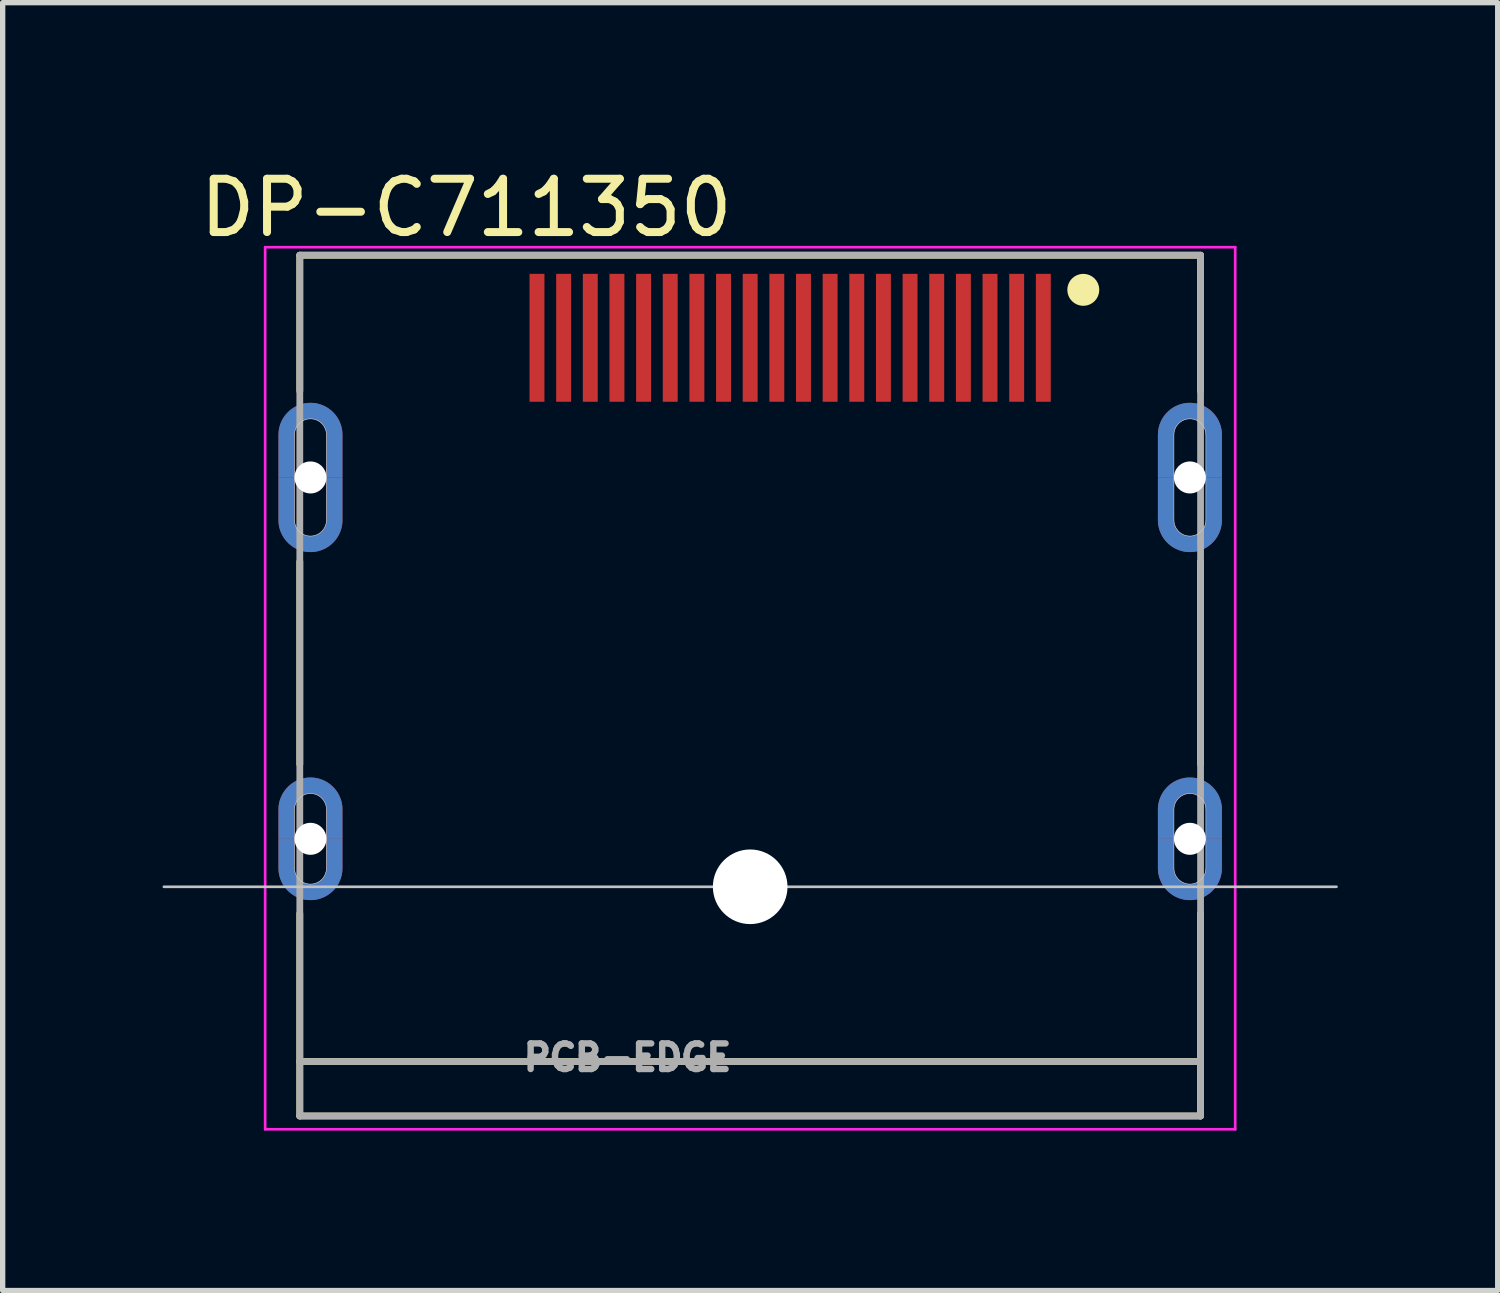
<source format=kicad_pcb>
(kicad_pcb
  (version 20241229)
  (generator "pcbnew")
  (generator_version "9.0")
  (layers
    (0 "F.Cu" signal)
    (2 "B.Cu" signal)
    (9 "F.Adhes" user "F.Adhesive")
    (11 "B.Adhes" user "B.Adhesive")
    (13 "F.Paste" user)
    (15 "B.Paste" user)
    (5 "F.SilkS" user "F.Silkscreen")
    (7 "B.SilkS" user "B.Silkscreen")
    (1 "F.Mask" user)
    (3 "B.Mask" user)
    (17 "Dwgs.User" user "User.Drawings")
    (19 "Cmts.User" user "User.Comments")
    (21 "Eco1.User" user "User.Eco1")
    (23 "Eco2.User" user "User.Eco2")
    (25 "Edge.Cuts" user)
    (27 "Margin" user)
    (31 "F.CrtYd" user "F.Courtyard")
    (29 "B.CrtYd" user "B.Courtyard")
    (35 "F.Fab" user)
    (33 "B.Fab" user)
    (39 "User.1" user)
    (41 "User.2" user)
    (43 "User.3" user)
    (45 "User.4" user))
  (footprint "DP-C711350"
    (layer "F.Cu")
    (at 11.025 13.588)
    (property "Reference" "DP-C711350" (at -5.327 -12.739 0) (layer "F.SilkS") (effects (font (size 1 1) (thickness 0.15))))
    (attr through_hole)
    (fp_poly (pts (xy -7.95 -7.68) (xy -7.65 -7.68) (xy -7.65 -6.88) (xy -7.651 -6.849) (xy -7.653 -6.817) (xy -7.657 -6.786) (xy -7.663 -6.755) (xy -7.67 -6.725) (xy -7.679 -6.695) (xy -7.69 -6.665) (xy -7.702 -6.636) (xy -7.715 -6.608) (xy -7.73 -6.58) (xy -7.747 -6.553) (xy -7.765 -6.527) (xy -7.784 -6.502) (xy -7.804 -6.479) (xy -7.826 -6.456) (xy -7.849 -6.434) (xy -7.872 -6.414) (xy -7.897 -6.395) (xy -7.923 -6.377) (xy -7.95 -6.36) (xy -7.978 -6.345) (xy -8.006 -6.332) (xy -8.035 -6.32) (xy -8.065 -6.309) (xy -8.095 -6.3) (xy -8.125 -6.293) (xy -8.156 -6.287) (xy -8.187 -6.283) (xy -8.219 -6.281) (xy -8.25 -6.28) (xy -8.281 -6.281) (xy -8.313 -6.283) (xy -8.344 -6.287) (xy -8.375 -6.293) (xy -8.405 -6.3) (xy -8.435 -6.309) (xy -8.465 -6.32) (xy -8.494 -6.332) (xy -8.522 -6.345) (xy -8.55 -6.36) (xy -8.577 -6.377) (xy -8.603 -6.395) (xy -8.628 -6.414) (xy -8.651 -6.434) (xy -8.674 -6.456) (xy -8.696 -6.479) (xy -8.716 -6.502) (xy -8.735 -6.527) (xy -8.753 -6.553) (xy -8.77 -6.58) (xy -8.785 -6.608) (xy -8.798 -6.636) (xy -8.81 -6.665) (xy -8.821 -6.695) (xy -8.83 -6.725) (xy -8.837 -6.755) (xy -8.843 -6.786) (xy -8.847 -6.817) (xy -8.849 -6.849) (xy -8.85 -6.88) (xy -8.85 -7.68) (xy -8.55 -7.68) (xy -8.55 -6.88) (xy -8.55 -6.864) (xy -8.548 -6.849) (xy -8.546 -6.833) (xy -8.543 -6.818) (xy -8.54 -6.802) (xy -8.535 -6.787) (xy -8.53 -6.772) (xy -8.524 -6.758) (xy -8.517 -6.744) (xy -8.51 -6.73) (xy -8.502 -6.717) (xy -8.493 -6.704) (xy -8.483 -6.691) (xy -8.473 -6.679) (xy -8.462 -6.668) (xy -8.451 -6.657) (xy -8.439 -6.647) (xy -8.426 -6.637) (xy -8.413 -6.628) (xy -8.4 -6.62) (xy -8.386 -6.613) (xy -8.372 -6.606) (xy -8.358 -6.6) (xy -8.343 -6.595) (xy -8.328 -6.59) (xy -8.312 -6.587) (xy -8.297 -6.584) (xy -8.281 -6.582) (xy -8.266 -6.58) (xy -8.25 -6.58) (xy -8.234 -6.58) (xy -8.219 -6.582) (xy -8.203 -6.584) (xy -8.188 -6.587) (xy -8.172 -6.59) (xy -8.157 -6.595) (xy -8.142 -6.6) (xy -8.128 -6.606) (xy -8.114 -6.613) (xy -8.1 -6.62) (xy -8.087 -6.628) (xy -8.074 -6.637) (xy -8.061 -6.647) (xy -8.049 -6.657) (xy -8.038 -6.668) (xy -8.027 -6.679) (xy -8.017 -6.691) (xy -8.007 -6.704) (xy -7.998 -6.717) (xy -7.99 -6.73) (xy -7.983 -6.744) (xy -7.976 -6.758) (xy -7.97 -6.772) (xy -7.965 -6.787) (xy -7.96 -6.802) (xy -7.957 -6.818) (xy -7.954 -6.833) (xy -7.952 -6.849) (xy -7.95 -6.864) (xy -7.95 -6.88) (xy -7.95 -7.68)) (stroke (width 0.0001) (type solid)) (fill yes) (layer "F.Cu"))
    (fp_poly (pts (xy -7.95 -0.9) (xy -7.65 -0.9) (xy -7.65 -0.35) (xy -7.651 -0.319) (xy -7.653 -0.287) (xy -7.657 -0.256) (xy -7.663 -0.225) (xy -7.67 -0.195) (xy -7.679 -0.165) (xy -7.69 -0.135) (xy -7.702 -0.106) (xy -7.715 -0.078) (xy -7.73 -0.05) (xy -7.747 -0.023) (xy -7.765 0.003) (xy -7.784 0.028) (xy -7.804 0.051) (xy -7.826 0.074) (xy -7.849 0.096) (xy -7.872 0.116) (xy -7.897 0.135) (xy -7.923 0.153) (xy -7.95 0.17) (xy -7.978 0.185) (xy -8.006 0.198) (xy -8.035 0.21) (xy -8.065 0.221) (xy -8.095 0.23) (xy -8.125 0.237) (xy -8.156 0.243) (xy -8.187 0.247) (xy -8.219 0.249) (xy -8.25 0.25) (xy -8.281 0.249) (xy -8.313 0.247) (xy -8.344 0.243) (xy -8.375 0.237) (xy -8.405 0.23) (xy -8.435 0.221) (xy -8.465 0.21) (xy -8.494 0.198) (xy -8.522 0.185) (xy -8.55 0.17) (xy -8.577 0.153) (xy -8.603 0.135) (xy -8.628 0.116) (xy -8.651 0.096) (xy -8.674 0.074) (xy -8.696 0.051) (xy -8.716 0.028) (xy -8.735 0.003) (xy -8.753 -0.023) (xy -8.77 -0.05) (xy -8.785 -0.078) (xy -8.798 -0.106) (xy -8.81 -0.135) (xy -8.821 -0.165) (xy -8.83 -0.195) (xy -8.837 -0.225) (xy -8.843 -0.256) (xy -8.847 -0.287) (xy -8.849 -0.319) (xy -8.85 -0.35) (xy -8.85 -0.9) (xy -8.55 -0.9) (xy -8.55 -0.35) (xy -8.55 -0.334) (xy -8.548 -0.319) (xy -8.546 -0.303) (xy -8.543 -0.288) (xy -8.54 -0.272) (xy -8.535 -0.257) (xy -8.53 -0.242) (xy -8.524 -0.228) (xy -8.517 -0.214) (xy -8.51 -0.2) (xy -8.502 -0.187) (xy -8.493 -0.174) (xy -8.483 -0.161) (xy -8.473 -0.149) (xy -8.462 -0.138) (xy -8.451 -0.127) (xy -8.439 -0.117) (xy -8.426 -0.107) (xy -8.413 -0.098) (xy -8.4 -0.09) (xy -8.386 -0.083) (xy -8.372 -0.076) (xy -8.358 -0.07) (xy -8.343 -0.065) (xy -8.328 -0.06) (xy -8.312 -0.057) (xy -8.297 -0.054) (xy -8.281 -0.052) (xy -8.266 -0.05) (xy -8.25 -0.05) (xy -8.234 -0.05) (xy -8.219 -0.052) (xy -8.203 -0.054) (xy -8.188 -0.057) (xy -8.172 -0.06) (xy -8.157 -0.065) (xy -8.142 -0.07) (xy -8.128 -0.076) (xy -8.114 -0.083) (xy -8.1 -0.09) (xy -8.087 -0.098) (xy -8.074 -0.107) (xy -8.061 -0.117) (xy -8.049 -0.127) (xy -8.038 -0.138) (xy -8.027 -0.149) (xy -8.017 -0.161) (xy -8.007 -0.174) (xy -7.998 -0.187) (xy -7.99 -0.2) (xy -7.983 -0.214) (xy -7.976 -0.228) (xy -7.97 -0.242) (xy -7.965 -0.257) (xy -7.96 -0.272) (xy -7.957 -0.288) (xy -7.954 -0.303) (xy -7.952 -0.319) (xy -7.95 -0.334) (xy -7.95 -0.35) (xy -7.95 -0.9)) (stroke (width 0.0001) (type solid)) (fill yes) (layer "F.Cu"))
    (fp_poly (pts (xy 8.55 -7.68) (xy 8.85 -7.68) (xy 8.85 -6.88) (xy 8.849 -6.849) (xy 8.847 -6.817) (xy 8.843 -6.786) (xy 8.837 -6.755) (xy 8.83 -6.725) (xy 8.821 -6.695) (xy 8.81 -6.665) (xy 8.798 -6.636) (xy 8.785 -6.608) (xy 8.77 -6.58) (xy 8.753 -6.553) (xy 8.735 -6.527) (xy 8.716 -6.502) (xy 8.696 -6.479) (xy 8.674 -6.456) (xy 8.651 -6.434) (xy 8.628 -6.414) (xy 8.603 -6.395) (xy 8.577 -6.377) (xy 8.55 -6.36) (xy 8.522 -6.345) (xy 8.494 -6.332) (xy 8.465 -6.32) (xy 8.435 -6.309) (xy 8.405 -6.3) (xy 8.375 -6.293) (xy 8.344 -6.287) (xy 8.313 -6.283) (xy 8.281 -6.281) (xy 8.25 -6.28) (xy 8.219 -6.281) (xy 8.187 -6.283) (xy 8.156 -6.287) (xy 8.125 -6.293) (xy 8.095 -6.3) (xy 8.065 -6.309) (xy 8.035 -6.32) (xy 8.006 -6.332) (xy 7.978 -6.345) (xy 7.95 -6.36) (xy 7.923 -6.377) (xy 7.897 -6.395) (xy 7.872 -6.414) (xy 7.849 -6.434) (xy 7.826 -6.456) (xy 7.804 -6.479) (xy 7.784 -6.502) (xy 7.765 -6.527) (xy 7.747 -6.553) (xy 7.73 -6.58) (xy 7.715 -6.608) (xy 7.702 -6.636) (xy 7.69 -6.665) (xy 7.679 -6.695) (xy 7.67 -6.725) (xy 7.663 -6.755) (xy 7.657 -6.786) (xy 7.653 -6.817) (xy 7.651 -6.849) (xy 7.65 -6.88) (xy 7.65 -7.68) (xy 7.95 -7.68) (xy 7.95 -6.88) (xy 7.95 -6.864) (xy 7.952 -6.849) (xy 7.954 -6.833) (xy 7.957 -6.818) (xy 7.96 -6.802) (xy 7.965 -6.787) (xy 7.97 -6.772) (xy 7.976 -6.758) (xy 7.983 -6.744) (xy 7.99 -6.73) (xy 7.998 -6.717) (xy 8.007 -6.704) (xy 8.017 -6.691) (xy 8.027 -6.679) (xy 8.038 -6.668) (xy 8.049 -6.657) (xy 8.061 -6.647) (xy 8.074 -6.637) (xy 8.087 -6.628) (xy 8.1 -6.62) (xy 8.114 -6.613) (xy 8.128 -6.606) (xy 8.142 -6.6) (xy 8.157 -6.595) (xy 8.172 -6.59) (xy 8.188 -6.587) (xy 8.203 -6.584) (xy 8.219 -6.582) (xy 8.234 -6.58) (xy 8.25 -6.58) (xy 8.266 -6.58) (xy 8.281 -6.582) (xy 8.297 -6.584) (xy 8.312 -6.587) (xy 8.328 -6.59) (xy 8.343 -6.595) (xy 8.358 -6.6) (xy 8.372 -6.606) (xy 8.386 -6.613) (xy 8.4 -6.62) (xy 8.413 -6.628) (xy 8.426 -6.637) (xy 8.439 -6.647) (xy 8.451 -6.657) (xy 8.462 -6.668) (xy 8.473 -6.679) (xy 8.483 -6.691) (xy 8.493 -6.704) (xy 8.502 -6.717) (xy 8.51 -6.73) (xy 8.517 -6.744) (xy 8.524 -6.758) (xy 8.53 -6.772) (xy 8.535 -6.787) (xy 8.54 -6.802) (xy 8.543 -6.818) (xy 8.546 -6.833) (xy 8.548 -6.849) (xy 8.55 -6.864) (xy 8.55 -6.88) (xy 8.55 -7.68)) (stroke (width 0.0001) (type solid)) (fill yes) (layer "F.Cu"))
    (fp_poly (pts (xy 8.55 -0.9) (xy 8.85 -0.9) (xy 8.85 -0.35) (xy 8.849 -0.319) (xy 8.847 -0.287) (xy 8.843 -0.256) (xy 8.837 -0.225) (xy 8.83 -0.195) (xy 8.821 -0.165) (xy 8.81 -0.135) (xy 8.798 -0.106) (xy 8.785 -0.078) (xy 8.77 -0.05) (xy 8.753 -0.023) (xy 8.735 0.003) (xy 8.716 0.028) (xy 8.696 0.051) (xy 8.674 0.074) (xy 8.651 0.096) (xy 8.628 0.116) (xy 8.603 0.135) (xy 8.577 0.153) (xy 8.55 0.17) (xy 8.522 0.185) (xy 8.494 0.198) (xy 8.465 0.21) (xy 8.435 0.221) (xy 8.405 0.23) (xy 8.375 0.237) (xy 8.344 0.243) (xy 8.313 0.247) (xy 8.281 0.249) (xy 8.25 0.25) (xy 8.219 0.249) (xy 8.187 0.247) (xy 8.156 0.243) (xy 8.125 0.237) (xy 8.095 0.23) (xy 8.065 0.221) (xy 8.035 0.21) (xy 8.006 0.198) (xy 7.978 0.185) (xy 7.95 0.17) (xy 7.923 0.153) (xy 7.897 0.135) (xy 7.872 0.116) (xy 7.849 0.096) (xy 7.826 0.074) (xy 7.804 0.051) (xy 7.784 0.028) (xy 7.765 0.003) (xy 7.747 -0.023) (xy 7.73 -0.05) (xy 7.715 -0.078) (xy 7.702 -0.106) (xy 7.69 -0.135) (xy 7.679 -0.165) (xy 7.67 -0.195) (xy 7.663 -0.225) (xy 7.657 -0.256) (xy 7.653 -0.287) (xy 7.651 -0.319) (xy 7.65 -0.35) (xy 7.65 -0.9) (xy 7.95 -0.9) (xy 7.95 -0.35) (xy 7.95 -0.334) (xy 7.952 -0.319) (xy 7.954 -0.303) (xy 7.957 -0.288) (xy 7.96 -0.272) (xy 7.965 -0.257) (xy 7.97 -0.242) (xy 7.976 -0.228) (xy 7.983 -0.214) (xy 7.99 -0.2) (xy 7.998 -0.187) (xy 8.007 -0.174) (xy 8.017 -0.161) (xy 8.027 -0.149) (xy 8.038 -0.138) (xy 8.049 -0.127) (xy 8.061 -0.117) (xy 8.074 -0.107) (xy 8.087 -0.098) (xy 8.1 -0.09) (xy 8.114 -0.083) (xy 8.128 -0.076) (xy 8.142 -0.07) (xy 8.157 -0.065) (xy 8.172 -0.06) (xy 8.188 -0.057) (xy 8.203 -0.054) (xy 8.219 -0.052) (xy 8.234 -0.05) (xy 8.25 -0.05) (xy 8.266 -0.05) (xy 8.281 -0.052) (xy 8.297 -0.054) (xy 8.312 -0.057) (xy 8.328 -0.06) (xy 8.343 -0.065) (xy 8.358 -0.07) (xy 8.372 -0.076) (xy 8.386 -0.083) (xy 8.4 -0.09) (xy 8.413 -0.098) (xy 8.426 -0.107) (xy 8.439 -0.117) (xy 8.451 -0.127) (xy 8.462 -0.138) (xy 8.473 -0.149) (xy 8.483 -0.161) (xy 8.493 -0.174) (xy 8.502 -0.187) (xy 8.51 -0.2) (xy 8.517 -0.214) (xy 8.524 -0.228) (xy 8.53 -0.242) (xy 8.535 -0.257) (xy 8.54 -0.272) (xy 8.543 -0.288) (xy 8.546 -0.303) (xy 8.548 -0.319) (xy 8.55 -0.334) (xy 8.55 -0.35) (xy 8.55 -0.9)) (stroke (width 0.0001) (type solid)) (fill yes) (layer "F.Cu"))
    (fp_poly (pts (xy -8.55 -7.68) (xy -8.85 -7.68) (xy -8.85 -8.48) (xy -8.849 -8.511) (xy -8.847 -8.543) (xy -8.843 -8.574) (xy -8.837 -8.605) (xy -8.83 -8.635) (xy -8.821 -8.665) (xy -8.81 -8.695) (xy -8.798 -8.724) (xy -8.785 -8.752) (xy -8.77 -8.78) (xy -8.753 -8.807) (xy -8.735 -8.833) (xy -8.716 -8.858) (xy -8.696 -8.881) (xy -8.674 -8.904) (xy -8.651 -8.926) (xy -8.628 -8.946) (xy -8.603 -8.965) (xy -8.577 -8.983) (xy -8.55 -9) (xy -8.522 -9.015) (xy -8.494 -9.028) (xy -8.465 -9.04) (xy -8.435 -9.051) (xy -8.405 -9.06) (xy -8.375 -9.067) (xy -8.344 -9.073) (xy -8.313 -9.077) (xy -8.281 -9.079) (xy -8.25 -9.08) (xy -8.219 -9.079) (xy -8.187 -9.077) (xy -8.156 -9.073) (xy -8.125 -9.067) (xy -8.095 -9.06) (xy -8.065 -9.051) (xy -8.035 -9.04) (xy -8.006 -9.028) (xy -7.978 -9.015) (xy -7.95 -9) (xy -7.923 -8.983) (xy -7.897 -8.965) (xy -7.872 -8.946) (xy -7.849 -8.926) (xy -7.826 -8.904) (xy -7.804 -8.881) (xy -7.784 -8.858) (xy -7.765 -8.833) (xy -7.747 -8.807) (xy -7.73 -8.78) (xy -7.715 -8.752) (xy -7.702 -8.724) (xy -7.69 -8.695) (xy -7.679 -8.665) (xy -7.67 -8.635) (xy -7.663 -8.605) (xy -7.657 -8.574) (xy -7.653 -8.543) (xy -7.651 -8.511) (xy -7.65 -8.48) (xy -7.65 -7.68) (xy -7.95 -7.68) (xy -7.95 -8.48) (xy -7.95 -8.496) (xy -7.952 -8.511) (xy -7.954 -8.527) (xy -7.957 -8.542) (xy -7.96 -8.558) (xy -7.965 -8.573) (xy -7.97 -8.588) (xy -7.976 -8.602) (xy -7.983 -8.616) (xy -7.99 -8.63) (xy -7.998 -8.643) (xy -8.007 -8.656) (xy -8.017 -8.669) (xy -8.027 -8.681) (xy -8.038 -8.692) (xy -8.049 -8.703) (xy -8.061 -8.713) (xy -8.074 -8.723) (xy -8.087 -8.732) (xy -8.1 -8.74) (xy -8.114 -8.747) (xy -8.128 -8.754) (xy -8.142 -8.76) (xy -8.157 -8.765) (xy -8.172 -8.77) (xy -8.188 -8.773) (xy -8.203 -8.776) (xy -8.219 -8.778) (xy -8.234 -8.78) (xy -8.25 -8.78) (xy -8.266 -8.78) (xy -8.281 -8.778) (xy -8.297 -8.776) (xy -8.312 -8.773) (xy -8.328 -8.77) (xy -8.343 -8.765) (xy -8.358 -8.76) (xy -8.372 -8.754) (xy -8.386 -8.747) (xy -8.4 -8.74) (xy -8.413 -8.732) (xy -8.426 -8.723) (xy -8.439 -8.713) (xy -8.451 -8.703) (xy -8.462 -8.692) (xy -8.473 -8.681) (xy -8.483 -8.669) (xy -8.493 -8.656) (xy -8.502 -8.643) (xy -8.51 -8.63) (xy -8.517 -8.616) (xy -8.524 -8.602) (xy -8.53 -8.588) (xy -8.535 -8.573) (xy -8.54 -8.558) (xy -8.543 -8.542) (xy -8.546 -8.527) (xy -8.548 -8.511) (xy -8.55 -8.496) (xy -8.55 -8.48) (xy -8.55 -7.68)) (stroke (width 0.0001) (type solid)) (fill yes) (layer "B.Cu"))
    (fp_poly (pts (xy -8.55 -0.9) (xy -8.85 -0.9) (xy -8.85 -1.45) (xy -8.849 -1.481) (xy -8.847 -1.513) (xy -8.843 -1.544) (xy -8.837 -1.575) (xy -8.83 -1.605) (xy -8.821 -1.635) (xy -8.81 -1.665) (xy -8.798 -1.694) (xy -8.785 -1.722) (xy -8.77 -1.75) (xy -8.753 -1.777) (xy -8.735 -1.803) (xy -8.716 -1.828) (xy -8.696 -1.851) (xy -8.674 -1.874) (xy -8.651 -1.896) (xy -8.628 -1.916) (xy -8.603 -1.935) (xy -8.577 -1.953) (xy -8.55 -1.97) (xy -8.522 -1.985) (xy -8.494 -1.998) (xy -8.465 -2.01) (xy -8.435 -2.021) (xy -8.405 -2.03) (xy -8.375 -2.037) (xy -8.344 -2.043) (xy -8.313 -2.047) (xy -8.281 -2.049) (xy -8.25 -2.05) (xy -8.219 -2.049) (xy -8.187 -2.047) (xy -8.156 -2.043) (xy -8.125 -2.037) (xy -8.095 -2.03) (xy -8.065 -2.021) (xy -8.035 -2.01) (xy -8.006 -1.998) (xy -7.978 -1.985) (xy -7.95 -1.97) (xy -7.923 -1.953) (xy -7.897 -1.935) (xy -7.872 -1.916) (xy -7.849 -1.896) (xy -7.826 -1.874) (xy -7.804 -1.851) (xy -7.784 -1.828) (xy -7.765 -1.803) (xy -7.747 -1.777) (xy -7.73 -1.75) (xy -7.715 -1.722) (xy -7.702 -1.694) (xy -7.69 -1.665) (xy -7.679 -1.635) (xy -7.67 -1.605) (xy -7.663 -1.575) (xy -7.657 -1.544) (xy -7.653 -1.513) (xy -7.651 -1.481) (xy -7.65 -1.45) (xy -7.65 -0.9) (xy -7.95 -0.9) (xy -7.95 -1.45) (xy -7.95 -1.466) (xy -7.952 -1.481) (xy -7.954 -1.497) (xy -7.957 -1.512) (xy -7.96 -1.528) (xy -7.965 -1.543) (xy -7.97 -1.558) (xy -7.976 -1.572) (xy -7.983 -1.586) (xy -7.99 -1.6) (xy -7.998 -1.613) (xy -8.007 -1.626) (xy -8.017 -1.639) (xy -8.027 -1.651) (xy -8.038 -1.662) (xy -8.049 -1.673) (xy -8.061 -1.683) (xy -8.074 -1.693) (xy -8.087 -1.702) (xy -8.1 -1.71) (xy -8.114 -1.717) (xy -8.128 -1.724) (xy -8.142 -1.73) (xy -8.157 -1.735) (xy -8.172 -1.74) (xy -8.188 -1.743) (xy -8.203 -1.746) (xy -8.219 -1.748) (xy -8.234 -1.75) (xy -8.25 -1.75) (xy -8.266 -1.75) (xy -8.281 -1.748) (xy -8.297 -1.746) (xy -8.312 -1.743) (xy -8.328 -1.74) (xy -8.343 -1.735) (xy -8.358 -1.73) (xy -8.372 -1.724) (xy -8.386 -1.717) (xy -8.4 -1.71) (xy -8.413 -1.702) (xy -8.426 -1.693) (xy -8.439 -1.683) (xy -8.451 -1.673) (xy -8.462 -1.662) (xy -8.473 -1.651) (xy -8.483 -1.639) (xy -8.493 -1.626) (xy -8.502 -1.613) (xy -8.51 -1.6) (xy -8.517 -1.586) (xy -8.524 -1.572) (xy -8.53 -1.558) (xy -8.535 -1.543) (xy -8.54 -1.528) (xy -8.543 -1.512) (xy -8.546 -1.497) (xy -8.548 -1.481) (xy -8.55 -1.466) (xy -8.55 -1.45) (xy -8.55 -0.9)) (stroke (width 0.0001) (type solid)) (fill yes) (layer "B.Cu"))
    (fp_poly (pts (xy -7.95 -7.68) (xy -7.65 -7.68) (xy -7.65 -6.88) (xy -7.651 -6.849) (xy -7.653 -6.817) (xy -7.657 -6.786) (xy -7.663 -6.755) (xy -7.67 -6.725) (xy -7.679 -6.695) (xy -7.69 -6.665) (xy -7.702 -6.636) (xy -7.715 -6.608) (xy -7.73 -6.58) (xy -7.747 -6.553) (xy -7.765 -6.527) (xy -7.784 -6.502) (xy -7.804 -6.479) (xy -7.826 -6.456) (xy -7.849 -6.434) (xy -7.872 -6.414) (xy -7.897 -6.395) (xy -7.923 -6.377) (xy -7.95 -6.36) (xy -7.978 -6.345) (xy -8.006 -6.332) (xy -8.035 -6.32) (xy -8.065 -6.309) (xy -8.095 -6.3) (xy -8.125 -6.293) (xy -8.156 -6.287) (xy -8.187 -6.283) (xy -8.219 -6.281) (xy -8.25 -6.28) (xy -8.281 -6.281) (xy -8.313 -6.283) (xy -8.344 -6.287) (xy -8.375 -6.293) (xy -8.405 -6.3) (xy -8.435 -6.309) (xy -8.465 -6.32) (xy -8.494 -6.332) (xy -8.522 -6.345) (xy -8.55 -6.36) (xy -8.577 -6.377) (xy -8.603 -6.395) (xy -8.628 -6.414) (xy -8.651 -6.434) (xy -8.674 -6.456) (xy -8.696 -6.479) (xy -8.716 -6.502) (xy -8.735 -6.527) (xy -8.753 -6.553) (xy -8.77 -6.58) (xy -8.785 -6.608) (xy -8.798 -6.636) (xy -8.81 -6.665) (xy -8.821 -6.695) (xy -8.83 -6.725) (xy -8.837 -6.755) (xy -8.843 -6.786) (xy -8.847 -6.817) (xy -8.849 -6.849) (xy -8.85 -6.88) (xy -8.85 -7.68) (xy -8.55 -7.68) (xy -8.55 -6.88) (xy -8.55 -6.864) (xy -8.548 -6.849) (xy -8.546 -6.833) (xy -8.543 -6.818) (xy -8.54 -6.802) (xy -8.535 -6.787) (xy -8.53 -6.772) (xy -8.524 -6.758) (xy -8.517 -6.744) (xy -8.51 -6.73) (xy -8.502 -6.717) (xy -8.493 -6.704) (xy -8.483 -6.691) (xy -8.473 -6.679) (xy -8.462 -6.668) (xy -8.451 -6.657) (xy -8.439 -6.647) (xy -8.426 -6.637) (xy -8.413 -6.628) (xy -8.4 -6.62) (xy -8.386 -6.613) (xy -8.372 -6.606) (xy -8.358 -6.6) (xy -8.343 -6.595) (xy -8.328 -6.59) (xy -8.312 -6.587) (xy -8.297 -6.584) (xy -8.281 -6.582) (xy -8.266 -6.58) (xy -8.25 -6.58) (xy -8.234 -6.58) (xy -8.219 -6.582) (xy -8.203 -6.584) (xy -8.188 -6.587) (xy -8.172 -6.59) (xy -8.157 -6.595) (xy -8.142 -6.6) (xy -8.128 -6.606) (xy -8.114 -6.613) (xy -8.1 -6.62) (xy -8.087 -6.628) (xy -8.074 -6.637) (xy -8.061 -6.647) (xy -8.049 -6.657) (xy -8.038 -6.668) (xy -8.027 -6.679) (xy -8.017 -6.691) (xy -8.007 -6.704) (xy -7.998 -6.717) (xy -7.99 -6.73) (xy -7.983 -6.744) (xy -7.976 -6.758) (xy -7.97 -6.772) (xy -7.965 -6.787) (xy -7.96 -6.802) (xy -7.957 -6.818) (xy -7.954 -6.833) (xy -7.952 -6.849) (xy -7.95 -6.864) (xy -7.95 -6.88) (xy -7.95 -7.68)) (stroke (width 0.0001) (type solid)) (fill yes) (layer "B.Cu"))
    (fp_poly (pts (xy -7.95 -0.9) (xy -7.65 -0.9) (xy -7.65 -0.35) (xy -7.651 -0.319) (xy -7.653 -0.287) (xy -7.657 -0.256) (xy -7.663 -0.225) (xy -7.67 -0.195) (xy -7.679 -0.165) (xy -7.69 -0.135) (xy -7.702 -0.106) (xy -7.715 -0.078) (xy -7.73 -0.05) (xy -7.747 -0.023) (xy -7.765 0.003) (xy -7.784 0.028) (xy -7.804 0.051) (xy -7.826 0.074) (xy -7.849 0.096) (xy -7.872 0.116) (xy -7.897 0.135) (xy -7.923 0.153) (xy -7.95 0.17) (xy -7.978 0.185) (xy -8.006 0.198) (xy -8.035 0.21) (xy -8.065 0.221) (xy -8.095 0.23) (xy -8.125 0.237) (xy -8.156 0.243) (xy -8.187 0.247) (xy -8.219 0.249) (xy -8.25 0.25) (xy -8.281 0.249) (xy -8.313 0.247) (xy -8.344 0.243) (xy -8.375 0.237) (xy -8.405 0.23) (xy -8.435 0.221) (xy -8.465 0.21) (xy -8.494 0.198) (xy -8.522 0.185) (xy -8.55 0.17) (xy -8.577 0.153) (xy -8.603 0.135) (xy -8.628 0.116) (xy -8.651 0.096) (xy -8.674 0.074) (xy -8.696 0.051) (xy -8.716 0.028) (xy -8.735 0.003) (xy -8.753 -0.023) (xy -8.77 -0.05) (xy -8.785 -0.078) (xy -8.798 -0.106) (xy -8.81 -0.135) (xy -8.821 -0.165) (xy -8.83 -0.195) (xy -8.837 -0.225) (xy -8.843 -0.256) (xy -8.847 -0.287) (xy -8.849 -0.319) (xy -8.85 -0.35) (xy -8.85 -0.9) (xy -8.55 -0.9) (xy -8.55 -0.35) (xy -8.55 -0.334) (xy -8.548 -0.319) (xy -8.546 -0.303) (xy -8.543 -0.288) (xy -8.54 -0.272) (xy -8.535 -0.257) (xy -8.53 -0.242) (xy -8.524 -0.228) (xy -8.517 -0.214) (xy -8.51 -0.2) (xy -8.502 -0.187) (xy -8.493 -0.174) (xy -8.483 -0.161) (xy -8.473 -0.149) (xy -8.462 -0.138) (xy -8.451 -0.127) (xy -8.439 -0.117) (xy -8.426 -0.107) (xy -8.413 -0.098) (xy -8.4 -0.09) (xy -8.386 -0.083) (xy -8.372 -0.076) (xy -8.358 -0.07) (xy -8.343 -0.065) (xy -8.328 -0.06) (xy -8.312 -0.057) (xy -8.297 -0.054) (xy -8.281 -0.052) (xy -8.266 -0.05) (xy -8.25 -0.05) (xy -8.234 -0.05) (xy -8.219 -0.052) (xy -8.203 -0.054) (xy -8.188 -0.057) (xy -8.172 -0.06) (xy -8.157 -0.065) (xy -8.142 -0.07) (xy -8.128 -0.076) (xy -8.114 -0.083) (xy -8.1 -0.09) (xy -8.087 -0.098) (xy -8.074 -0.107) (xy -8.061 -0.117) (xy -8.049 -0.127) (xy -8.038 -0.138) (xy -8.027 -0.149) (xy -8.017 -0.161) (xy -8.007 -0.174) (xy -7.998 -0.187) (xy -7.99 -0.2) (xy -7.983 -0.214) (xy -7.976 -0.228) (xy -7.97 -0.242) (xy -7.965 -0.257) (xy -7.96 -0.272) (xy -7.957 -0.288) (xy -7.954 -0.303) (xy -7.952 -0.319) (xy -7.95 -0.334) (xy -7.95 -0.35) (xy -7.95 -0.9)) (stroke (width 0.0001) (type solid)) (fill yes) (layer "B.Cu"))
    (fp_poly (pts (xy 7.95 -7.68) (xy 7.65 -7.68) (xy 7.65 -8.48) (xy 7.651 -8.511) (xy 7.653 -8.543) (xy 7.657 -8.574) (xy 7.663 -8.605) (xy 7.67 -8.635) (xy 7.679 -8.665) (xy 7.69 -8.695) (xy 7.702 -8.724) (xy 7.715 -8.752) (xy 7.73 -8.78) (xy 7.747 -8.807) (xy 7.765 -8.833) (xy 7.784 -8.858) (xy 7.804 -8.881) (xy 7.826 -8.904) (xy 7.849 -8.926) (xy 7.872 -8.946) (xy 7.897 -8.965) (xy 7.923 -8.983) (xy 7.95 -9) (xy 7.978 -9.015) (xy 8.006 -9.028) (xy 8.035 -9.04) (xy 8.065 -9.051) (xy 8.095 -9.06) (xy 8.125 -9.067) (xy 8.156 -9.073) (xy 8.187 -9.077) (xy 8.219 -9.079) (xy 8.25 -9.08) (xy 8.281 -9.079) (xy 8.313 -9.077) (xy 8.344 -9.073) (xy 8.375 -9.067) (xy 8.405 -9.06) (xy 8.435 -9.051) (xy 8.465 -9.04) (xy 8.494 -9.028) (xy 8.522 -9.015) (xy 8.55 -9) (xy 8.577 -8.983) (xy 8.603 -8.965) (xy 8.628 -8.946) (xy 8.651 -8.926) (xy 8.674 -8.904) (xy 8.696 -8.881) (xy 8.716 -8.858) (xy 8.735 -8.833) (xy 8.753 -8.807) (xy 8.77 -8.78) (xy 8.785 -8.752) (xy 8.798 -8.724) (xy 8.81 -8.695) (xy 8.821 -8.665) (xy 8.83 -8.635) (xy 8.837 -8.605) (xy 8.843 -8.574) (xy 8.847 -8.543) (xy 8.849 -8.511) (xy 8.85 -8.48) (xy 8.85 -7.68) (xy 8.55 -7.68) (xy 8.55 -8.48) (xy 8.55 -8.496) (xy 8.548 -8.511) (xy 8.546 -8.527) (xy 8.543 -8.542) (xy 8.54 -8.558) (xy 8.535 -8.573) (xy 8.53 -8.588) (xy 8.524 -8.602) (xy 8.517 -8.616) (xy 8.51 -8.63) (xy 8.502 -8.643) (xy 8.493 -8.656) (xy 8.483 -8.669) (xy 8.473 -8.681) (xy 8.462 -8.692) (xy 8.451 -8.703) (xy 8.439 -8.713) (xy 8.426 -8.723) (xy 8.413 -8.732) (xy 8.4 -8.74) (xy 8.386 -8.747) (xy 8.372 -8.754) (xy 8.358 -8.76) (xy 8.343 -8.765) (xy 8.328 -8.77) (xy 8.312 -8.773) (xy 8.297 -8.776) (xy 8.281 -8.778) (xy 8.266 -8.78) (xy 8.25 -8.78) (xy 8.234 -8.78) (xy 8.219 -8.778) (xy 8.203 -8.776) (xy 8.188 -8.773) (xy 8.172 -8.77) (xy 8.157 -8.765) (xy 8.142 -8.76) (xy 8.128 -8.754) (xy 8.114 -8.747) (xy 8.1 -8.74) (xy 8.087 -8.732) (xy 8.074 -8.723) (xy 8.061 -8.713) (xy 8.049 -8.703) (xy 8.038 -8.692) (xy 8.027 -8.681) (xy 8.017 -8.669) (xy 8.007 -8.656) (xy 7.998 -8.643) (xy 7.99 -8.63) (xy 7.983 -8.616) (xy 7.976 -8.602) (xy 7.97 -8.588) (xy 7.965 -8.573) (xy 7.96 -8.558) (xy 7.957 -8.542) (xy 7.954 -8.527) (xy 7.952 -8.511) (xy 7.95 -8.496) (xy 7.95 -8.48) (xy 7.95 -7.68)) (stroke (width 0.0001) (type solid)) (fill yes) (layer "B.Cu"))
    (fp_poly (pts (xy 7.95 -0.9) (xy 7.65 -0.9) (xy 7.65 -1.45) (xy 7.651 -1.481) (xy 7.653 -1.513) (xy 7.657 -1.544) (xy 7.663 -1.575) (xy 7.67 -1.605) (xy 7.679 -1.635) (xy 7.69 -1.665) (xy 7.702 -1.694) (xy 7.715 -1.722) (xy 7.73 -1.75) (xy 7.747 -1.777) (xy 7.765 -1.803) (xy 7.784 -1.828) (xy 7.804 -1.851) (xy 7.826 -1.874) (xy 7.849 -1.896) (xy 7.872 -1.916) (xy 7.897 -1.935) (xy 7.923 -1.953) (xy 7.95 -1.97) (xy 7.978 -1.985) (xy 8.006 -1.998) (xy 8.035 -2.01) (xy 8.065 -2.021) (xy 8.095 -2.03) (xy 8.125 -2.037) (xy 8.156 -2.043) (xy 8.187 -2.047) (xy 8.219 -2.049) (xy 8.25 -2.05) (xy 8.281 -2.049) (xy 8.313 -2.047) (xy 8.344 -2.043) (xy 8.375 -2.037) (xy 8.405 -2.03) (xy 8.435 -2.021) (xy 8.465 -2.01) (xy 8.494 -1.998) (xy 8.522 -1.985) (xy 8.55 -1.97) (xy 8.577 -1.953) (xy 8.603 -1.935) (xy 8.628 -1.916) (xy 8.651 -1.896) (xy 8.674 -1.874) (xy 8.696 -1.851) (xy 8.716 -1.828) (xy 8.735 -1.803) (xy 8.753 -1.777) (xy 8.77 -1.75) (xy 8.785 -1.722) (xy 8.798 -1.694) (xy 8.81 -1.665) (xy 8.821 -1.635) (xy 8.83 -1.605) (xy 8.837 -1.575) (xy 8.843 -1.544) (xy 8.847 -1.513) (xy 8.849 -1.481) (xy 8.85 -1.45) (xy 8.85 -0.9) (xy 8.55 -0.9) (xy 8.55 -1.45) (xy 8.55 -1.466) (xy 8.548 -1.481) (xy 8.546 -1.497) (xy 8.543 -1.512) (xy 8.54 -1.528) (xy 8.535 -1.543) (xy 8.53 -1.558) (xy 8.524 -1.572) (xy 8.517 -1.586) (xy 8.51 -1.6) (xy 8.502 -1.613) (xy 8.493 -1.626) (xy 8.483 -1.639) (xy 8.473 -1.651) (xy 8.462 -1.662) (xy 8.451 -1.673) (xy 8.439 -1.683) (xy 8.426 -1.693) (xy 8.413 -1.702) (xy 8.4 -1.71) (xy 8.386 -1.717) (xy 8.372 -1.724) (xy 8.358 -1.73) (xy 8.343 -1.735) (xy 8.328 -1.74) (xy 8.312 -1.743) (xy 8.297 -1.746) (xy 8.281 -1.748) (xy 8.266 -1.75) (xy 8.25 -1.75) (xy 8.234 -1.75) (xy 8.219 -1.748) (xy 8.203 -1.746) (xy 8.188 -1.743) (xy 8.172 -1.74) (xy 8.157 -1.735) (xy 8.142 -1.73) (xy 8.128 -1.724) (xy 8.114 -1.717) (xy 8.1 -1.71) (xy 8.087 -1.702) (xy 8.074 -1.693) (xy 8.061 -1.683) (xy 8.049 -1.673) (xy 8.038 -1.662) (xy 8.027 -1.651) (xy 8.017 -1.639) (xy 8.007 -1.626) (xy 7.998 -1.613) (xy 7.99 -1.6) (xy 7.983 -1.586) (xy 7.976 -1.572) (xy 7.97 -1.558) (xy 7.965 -1.543) (xy 7.96 -1.528) (xy 7.957 -1.512) (xy 7.954 -1.497) (xy 7.952 -1.481) (xy 7.95 -1.466) (xy 7.95 -1.45) (xy 7.95 -0.9)) (stroke (width 0.0001) (type solid)) (fill yes) (layer "B.Cu"))
    (fp_poly (pts (xy 8.55 -7.68) (xy 8.85 -7.68) (xy 8.85 -6.88) (xy 8.849 -6.849) (xy 8.847 -6.817) (xy 8.843 -6.786) (xy 8.837 -6.755) (xy 8.83 -6.725) (xy 8.821 -6.695) (xy 8.81 -6.665) (xy 8.798 -6.636) (xy 8.785 -6.608) (xy 8.77 -6.58) (xy 8.753 -6.553) (xy 8.735 -6.527) (xy 8.716 -6.502) (xy 8.696 -6.479) (xy 8.674 -6.456) (xy 8.651 -6.434) (xy 8.628 -6.414) (xy 8.603 -6.395) (xy 8.577 -6.377) (xy 8.55 -6.36) (xy 8.522 -6.345) (xy 8.494 -6.332) (xy 8.465 -6.32) (xy 8.435 -6.309) (xy 8.405 -6.3) (xy 8.375 -6.293) (xy 8.344 -6.287) (xy 8.313 -6.283) (xy 8.281 -6.281) (xy 8.25 -6.28) (xy 8.219 -6.281) (xy 8.187 -6.283) (xy 8.156 -6.287) (xy 8.125 -6.293) (xy 8.095 -6.3) (xy 8.065 -6.309) (xy 8.035 -6.32) (xy 8.006 -6.332) (xy 7.978 -6.345) (xy 7.95 -6.36) (xy 7.923 -6.377) (xy 7.897 -6.395) (xy 7.872 -6.414) (xy 7.849 -6.434) (xy 7.826 -6.456) (xy 7.804 -6.479) (xy 7.784 -6.502) (xy 7.765 -6.527) (xy 7.747 -6.553) (xy 7.73 -6.58) (xy 7.715 -6.608) (xy 7.702 -6.636) (xy 7.69 -6.665) (xy 7.679 -6.695) (xy 7.67 -6.725) (xy 7.663 -6.755) (xy 7.657 -6.786) (xy 7.653 -6.817) (xy 7.651 -6.849) (xy 7.65 -6.88) (xy 7.65 -7.68) (xy 7.95 -7.68) (xy 7.95 -6.88) (xy 7.95 -6.864) (xy 7.952 -6.849) (xy 7.954 -6.833) (xy 7.957 -6.818) (xy 7.96 -6.802) (xy 7.965 -6.787) (xy 7.97 -6.772) (xy 7.976 -6.758) (xy 7.983 -6.744) (xy 7.99 -6.73) (xy 7.998 -6.717) (xy 8.007 -6.704) (xy 8.017 -6.691) (xy 8.027 -6.679) (xy 8.038 -6.668) (xy 8.049 -6.657) (xy 8.061 -6.647) (xy 8.074 -6.637) (xy 8.087 -6.628) (xy 8.1 -6.62) (xy 8.114 -6.613) (xy 8.128 -6.606) (xy 8.142 -6.6) (xy 8.157 -6.595) (xy 8.172 -6.59) (xy 8.188 -6.587) (xy 8.203 -6.584) (xy 8.219 -6.582) (xy 8.234 -6.58) (xy 8.25 -6.58) (xy 8.266 -6.58) (xy 8.281 -6.582) (xy 8.297 -6.584) (xy 8.312 -6.587) (xy 8.328 -6.59) (xy 8.343 -6.595) (xy 8.358 -6.6) (xy 8.372 -6.606) (xy 8.386 -6.613) (xy 8.4 -6.62) (xy 8.413 -6.628) (xy 8.426 -6.637) (xy 8.439 -6.647) (xy 8.451 -6.657) (xy 8.462 -6.668) (xy 8.473 -6.679) (xy 8.483 -6.691) (xy 8.493 -6.704) (xy 8.502 -6.717) (xy 8.51 -6.73) (xy 8.517 -6.744) (xy 8.524 -6.758) (xy 8.53 -6.772) (xy 8.535 -6.787) (xy 8.54 -6.802) (xy 8.543 -6.818) (xy 8.546 -6.833) (xy 8.548 -6.849) (xy 8.55 -6.864) (xy 8.55 -6.88) (xy 8.55 -7.68)) (stroke (width 0.0001) (type solid)) (fill yes) (layer "B.Cu"))
    (fp_poly (pts (xy 8.55 -0.9) (xy 8.85 -0.9) (xy 8.85 -0.35) (xy 8.849 -0.319) (xy 8.847 -0.287) (xy 8.843 -0.256) (xy 8.837 -0.225) (xy 8.83 -0.195) (xy 8.821 -0.165) (xy 8.81 -0.135) (xy 8.798 -0.106) (xy 8.785 -0.078) (xy 8.77 -0.05) (xy 8.753 -0.023) (xy 8.735 0.003) (xy 8.716 0.028) (xy 8.696 0.051) (xy 8.674 0.074) (xy 8.651 0.096) (xy 8.628 0.116) (xy 8.603 0.135) (xy 8.577 0.153) (xy 8.55 0.17) (xy 8.522 0.185) (xy 8.494 0.198) (xy 8.465 0.21) (xy 8.435 0.221) (xy 8.405 0.23) (xy 8.375 0.237) (xy 8.344 0.243) (xy 8.313 0.247) (xy 8.281 0.249) (xy 8.25 0.25) (xy 8.219 0.249) (xy 8.187 0.247) (xy 8.156 0.243) (xy 8.125 0.237) (xy 8.095 0.23) (xy 8.065 0.221) (xy 8.035 0.21) (xy 8.006 0.198) (xy 7.978 0.185) (xy 7.95 0.17) (xy 7.923 0.153) (xy 7.897 0.135) (xy 7.872 0.116) (xy 7.849 0.096) (xy 7.826 0.074) (xy 7.804 0.051) (xy 7.784 0.028) (xy 7.765 0.003) (xy 7.747 -0.023) (xy 7.73 -0.05) (xy 7.715 -0.078) (xy 7.702 -0.106) (xy 7.69 -0.135) (xy 7.679 -0.165) (xy 7.67 -0.195) (xy 7.663 -0.225) (xy 7.657 -0.256) (xy 7.653 -0.287) (xy 7.651 -0.319) (xy 7.65 -0.35) (xy 7.65 -0.9) (xy 7.95 -0.9) (xy 7.95 -0.35) (xy 7.95 -0.334) (xy 7.952 -0.319) (xy 7.954 -0.303) (xy 7.957 -0.288) (xy 7.96 -0.272) (xy 7.965 -0.257) (xy 7.97 -0.242) (xy 7.976 -0.228) (xy 7.983 -0.214) (xy 7.99 -0.2) (xy 7.998 -0.187) (xy 8.007 -0.174) (xy 8.017 -0.161) (xy 8.027 -0.149) (xy 8.038 -0.138) (xy 8.049 -0.127) (xy 8.061 -0.117) (xy 8.074 -0.107) (xy 8.087 -0.098) (xy 8.1 -0.09) (xy 8.114 -0.083) (xy 8.128 -0.076) (xy 8.142 -0.07) (xy 8.157 -0.065) (xy 8.172 -0.06) (xy 8.188 -0.057) (xy 8.203 -0.054) (xy 8.219 -0.052) (xy 8.234 -0.05) (xy 8.25 -0.05) (xy 8.266 -0.05) (xy 8.281 -0.052) (xy 8.297 -0.054) (xy 8.312 -0.057) (xy 8.328 -0.06) (xy 8.343 -0.065) (xy 8.358 -0.07) (xy 8.372 -0.076) (xy 8.386 -0.083) (xy 8.4 -0.09) (xy 8.413 -0.098) (xy 8.426 -0.107) (xy 8.439 -0.117) (xy 8.451 -0.127) (xy 8.462 -0.138) (xy 8.473 -0.149) (xy 8.483 -0.161) (xy 8.493 -0.174) (xy 8.502 -0.187) (xy 8.51 -0.2) (xy 8.517 -0.214) (xy 8.524 -0.228) (xy 8.53 -0.242) (xy 8.535 -0.257) (xy 8.54 -0.272) (xy 8.543 -0.288) (xy 8.546 -0.303) (xy 8.548 -0.319) (xy 8.55 -0.334) (xy 8.55 -0.35) (xy 8.55 -0.9)) (stroke (width 0.0001) (type solid)) (fill yes) (layer "B.Cu"))
    (fp_line (start -8.45 -11.85) (end -8.45 -9.3) (stroke (width 0.127) (type solid)) (layer "F.SilkS"))
    (fp_line (start -8.45 -6.1) (end -8.45 -2.3) (stroke (width 0.127) (type solid)) (layer "F.SilkS"))
    (fp_line (start -8.45 3.28) (end -8.45 0.5) (stroke (width 0.127) (type solid)) (layer "F.SilkS"))
    (fp_line (start -8.45 3.28) (end 8.45 3.28) (stroke (width 0.127) (type solid)) (layer "F.SilkS"))
    (fp_line (start -8.45 4.3) (end -8.45 3.28) (stroke (width 0.127) (type solid)) (layer "F.SilkS"))
    (fp_line (start -8.45 4.3) (end 8.45 4.3) (stroke (width 0.127) (type solid)) (layer "F.SilkS"))
    (fp_line (start 8.45 -11.85) (end -8.45 -11.85) (stroke (width 0.127) (type solid)) (layer "F.SilkS"))
    (fp_line (start 8.45 -11.85) (end 8.45 -9.3) (stroke (width 0.127) (type solid)) (layer "F.SilkS"))
    (fp_line (start 8.45 -2.3) (end 8.45 -6.1) (stroke (width 0.127) (type solid)) (layer "F.SilkS"))
    (fp_line (start 8.45 3.28) (end 8.45 0.5) (stroke (width 0.127) (type solid)) (layer "F.SilkS"))
    (fp_line (start 8.45 4.3) (end 8.45 3.28) (stroke (width 0.127) (type solid)) (layer "F.SilkS"))
    (fp_circle (center 6.25 -11.2) (end 6.4 -11.2) (stroke (width 0.3) (type solid)) (fill no) (layer "F.SilkS"))
    (fp_poly (pts (xy -8.55 -7.68) (xy -8.85 -7.68) (xy -8.85 -8.48) (xy -8.849 -8.511) (xy -8.847 -8.543) (xy -8.843 -8.574) (xy -8.837 -8.605) (xy -8.83 -8.635) (xy -8.821 -8.665) (xy -8.81 -8.695) (xy -8.798 -8.724) (xy -8.785 -8.752) (xy -8.77 -8.78) (xy -8.753 -8.807) (xy -8.735 -8.833) (xy -8.716 -8.858) (xy -8.696 -8.881) (xy -8.674 -8.904) (xy -8.651 -8.926) (xy -8.628 -8.946) (xy -8.603 -8.965) (xy -8.577 -8.983) (xy -8.55 -9) (xy -8.522 -9.015) (xy -8.494 -9.028) (xy -8.465 -9.04) (xy -8.435 -9.051) (xy -8.405 -9.06) (xy -8.375 -9.067) (xy -8.344 -9.073) (xy -8.313 -9.077) (xy -8.281 -9.079) (xy -8.25 -9.08) (xy -8.219 -9.079) (xy -8.187 -9.077) (xy -8.156 -9.073) (xy -8.125 -9.067) (xy -8.095 -9.06) (xy -8.065 -9.051) (xy -8.035 -9.04) (xy -8.006 -9.028) (xy -7.978 -9.015) (xy -7.95 -9) (xy -7.923 -8.983) (xy -7.897 -8.965) (xy -7.872 -8.946) (xy -7.849 -8.926) (xy -7.826 -8.904) (xy -7.804 -8.881) (xy -7.784 -8.858) (xy -7.765 -8.833) (xy -7.747 -8.807) (xy -7.73 -8.78) (xy -7.715 -8.752) (xy -7.702 -8.724) (xy -7.69 -8.695) (xy -7.679 -8.665) (xy -7.67 -8.635) (xy -7.663 -8.605) (xy -7.657 -8.574) (xy -7.653 -8.543) (xy -7.651 -8.511) (xy -7.65 -8.48) (xy -7.65 -7.68) (xy -7.95 -7.68) (xy -7.95 -8.48) (xy -7.95 -8.496) (xy -7.952 -8.511) (xy -7.954 -8.527) (xy -7.957 -8.542) (xy -7.96 -8.558) (xy -7.965 -8.573) (xy -7.97 -8.588) (xy -7.976 -8.602) (xy -7.983 -8.616) (xy -7.99 -8.63) (xy -7.998 -8.643) (xy -8.007 -8.656) (xy -8.017 -8.669) (xy -8.027 -8.681) (xy -8.038 -8.692) (xy -8.049 -8.703) (xy -8.061 -8.713) (xy -8.074 -8.723) (xy -8.087 -8.732) (xy -8.1 -8.74) (xy -8.114 -8.747) (xy -8.128 -8.754) (xy -8.142 -8.76) (xy -8.157 -8.765) (xy -8.172 -8.77) (xy -8.188 -8.773) (xy -8.203 -8.776) (xy -8.219 -8.778) (xy -8.234 -8.78) (xy -8.25 -8.78) (xy -8.266 -8.78) (xy -8.281 -8.778) (xy -8.297 -8.776) (xy -8.312 -8.773) (xy -8.328 -8.77) (xy -8.343 -8.765) (xy -8.358 -8.76) (xy -8.372 -8.754) (xy -8.386 -8.747) (xy -8.4 -8.74) (xy -8.413 -8.732) (xy -8.426 -8.723) (xy -8.439 -8.713) (xy -8.451 -8.703) (xy -8.462 -8.692) (xy -8.473 -8.681) (xy -8.483 -8.669) (xy -8.493 -8.656) (xy -8.502 -8.643) (xy -8.51 -8.63) (xy -8.517 -8.616) (xy -8.524 -8.602) (xy -8.53 -8.588) (xy -8.535 -8.573) (xy -8.54 -8.558) (xy -8.543 -8.542) (xy -8.546 -8.527) (xy -8.548 -8.511) (xy -8.55 -8.496) (xy -8.55 -8.48) (xy -8.55 -7.68)) (stroke (width 0.0001) (type solid)) (fill yes) (layer "F.Paste"))
    (fp_poly (pts (xy -8.55 -0.9) (xy -8.85 -0.9) (xy -8.85 -1.45) (xy -8.849 -1.481) (xy -8.847 -1.513) (xy -8.843 -1.544) (xy -8.837 -1.575) (xy -8.83 -1.605) (xy -8.821 -1.635) (xy -8.81 -1.665) (xy -8.798 -1.694) (xy -8.785 -1.722) (xy -8.77 -1.75) (xy -8.753 -1.777) (xy -8.735 -1.803) (xy -8.716 -1.828) (xy -8.696 -1.851) (xy -8.674 -1.874) (xy -8.651 -1.896) (xy -8.628 -1.916) (xy -8.603 -1.935) (xy -8.577 -1.953) (xy -8.55 -1.97) (xy -8.522 -1.985) (xy -8.494 -1.998) (xy -8.465 -2.01) (xy -8.435 -2.021) (xy -8.405 -2.03) (xy -8.375 -2.037) (xy -8.344 -2.043) (xy -8.313 -2.047) (xy -8.281 -2.049) (xy -8.25 -2.05) (xy -8.219 -2.049) (xy -8.187 -2.047) (xy -8.156 -2.043) (xy -8.125 -2.037) (xy -8.095 -2.03) (xy -8.065 -2.021) (xy -8.035 -2.01) (xy -8.006 -1.998) (xy -7.978 -1.985) (xy -7.95 -1.97) (xy -7.923 -1.953) (xy -7.897 -1.935) (xy -7.872 -1.916) (xy -7.849 -1.896) (xy -7.826 -1.874) (xy -7.804 -1.851) (xy -7.784 -1.828) (xy -7.765 -1.803) (xy -7.747 -1.777) (xy -7.73 -1.75) (xy -7.715 -1.722) (xy -7.702 -1.694) (xy -7.69 -1.665) (xy -7.679 -1.635) (xy -7.67 -1.605) (xy -7.663 -1.575) (xy -7.657 -1.544) (xy -7.653 -1.513) (xy -7.651 -1.481) (xy -7.65 -1.45) (xy -7.65 -0.9) (xy -7.95 -0.9) (xy -7.95 -1.45) (xy -7.95 -1.466) (xy -7.952 -1.481) (xy -7.954 -1.497) (xy -7.957 -1.512) (xy -7.96 -1.528) (xy -7.965 -1.543) (xy -7.97 -1.558) (xy -7.976 -1.572) (xy -7.983 -1.586) (xy -7.99 -1.6) (xy -7.998 -1.613) (xy -8.007 -1.626) (xy -8.017 -1.639) (xy -8.027 -1.651) (xy -8.038 -1.662) (xy -8.049 -1.673) (xy -8.061 -1.683) (xy -8.074 -1.693) (xy -8.087 -1.702) (xy -8.1 -1.71) (xy -8.114 -1.717) (xy -8.128 -1.724) (xy -8.142 -1.73) (xy -8.157 -1.735) (xy -8.172 -1.74) (xy -8.188 -1.743) (xy -8.203 -1.746) (xy -8.219 -1.748) (xy -8.234 -1.75) (xy -8.25 -1.75) (xy -8.266 -1.75) (xy -8.281 -1.748) (xy -8.297 -1.746) (xy -8.312 -1.743) (xy -8.328 -1.74) (xy -8.343 -1.735) (xy -8.358 -1.73) (xy -8.372 -1.724) (xy -8.386 -1.717) (xy -8.4 -1.71) (xy -8.413 -1.702) (xy -8.426 -1.693) (xy -8.439 -1.683) (xy -8.451 -1.673) (xy -8.462 -1.662) (xy -8.473 -1.651) (xy -8.483 -1.639) (xy -8.493 -1.626) (xy -8.502 -1.613) (xy -8.51 -1.6) (xy -8.517 -1.586) (xy -8.524 -1.572) (xy -8.53 -1.558) (xy -8.535 -1.543) (xy -8.54 -1.528) (xy -8.543 -1.512) (xy -8.546 -1.497) (xy -8.548 -1.481) (xy -8.55 -1.466) (xy -8.55 -1.45) (xy -8.55 -0.9)) (stroke (width 0.0001) (type solid)) (fill yes) (layer "F.Paste"))
    (fp_poly (pts (xy -7.95 -7.68) (xy -7.65 -7.68) (xy -7.65 -6.88) (xy -7.651 -6.849) (xy -7.653 -6.817) (xy -7.657 -6.786) (xy -7.663 -6.755) (xy -7.67 -6.725) (xy -7.679 -6.695) (xy -7.69 -6.665) (xy -7.702 -6.636) (xy -7.715 -6.608) (xy -7.73 -6.58) (xy -7.747 -6.553) (xy -7.765 -6.527) (xy -7.784 -6.502) (xy -7.804 -6.479) (xy -7.826 -6.456) (xy -7.849 -6.434) (xy -7.872 -6.414) (xy -7.897 -6.395) (xy -7.923 -6.377) (xy -7.95 -6.36) (xy -7.978 -6.345) (xy -8.006 -6.332) (xy -8.035 -6.32) (xy -8.065 -6.309) (xy -8.095 -6.3) (xy -8.125 -6.293) (xy -8.156 -6.287) (xy -8.187 -6.283) (xy -8.219 -6.281) (xy -8.25 -6.28) (xy -8.281 -6.281) (xy -8.313 -6.283) (xy -8.344 -6.287) (xy -8.375 -6.293) (xy -8.405 -6.3) (xy -8.435 -6.309) (xy -8.465 -6.32) (xy -8.494 -6.332) (xy -8.522 -6.345) (xy -8.55 -6.36) (xy -8.577 -6.377) (xy -8.603 -6.395) (xy -8.628 -6.414) (xy -8.651 -6.434) (xy -8.674 -6.456) (xy -8.696 -6.479) (xy -8.716 -6.502) (xy -8.735 -6.527) (xy -8.753 -6.553) (xy -8.77 -6.58) (xy -8.785 -6.608) (xy -8.798 -6.636) (xy -8.81 -6.665) (xy -8.821 -6.695) (xy -8.83 -6.725) (xy -8.837 -6.755) (xy -8.843 -6.786) (xy -8.847 -6.817) (xy -8.849 -6.849) (xy -8.85 -6.88) (xy -8.85 -7.68) (xy -8.55 -7.68) (xy -8.55 -6.88) (xy -8.55 -6.864) (xy -8.548 -6.849) (xy -8.546 -6.833) (xy -8.543 -6.818) (xy -8.54 -6.802) (xy -8.535 -6.787) (xy -8.53 -6.772) (xy -8.524 -6.758) (xy -8.517 -6.744) (xy -8.51 -6.73) (xy -8.502 -6.717) (xy -8.493 -6.704) (xy -8.483 -6.691) (xy -8.473 -6.679) (xy -8.462 -6.668) (xy -8.451 -6.657) (xy -8.439 -6.647) (xy -8.426 -6.637) (xy -8.413 -6.628) (xy -8.4 -6.62) (xy -8.386 -6.613) (xy -8.372 -6.606) (xy -8.358 -6.6) (xy -8.343 -6.595) (xy -8.328 -6.59) (xy -8.312 -6.587) (xy -8.297 -6.584) (xy -8.281 -6.582) (xy -8.266 -6.58) (xy -8.25 -6.58) (xy -8.234 -6.58) (xy -8.219 -6.582) (xy -8.203 -6.584) (xy -8.188 -6.587) (xy -8.172 -6.59) (xy -8.157 -6.595) (xy -8.142 -6.6) (xy -8.128 -6.606) (xy -8.114 -6.613) (xy -8.1 -6.62) (xy -8.087 -6.628) (xy -8.074 -6.637) (xy -8.061 -6.647) (xy -8.049 -6.657) (xy -8.038 -6.668) (xy -8.027 -6.679) (xy -8.017 -6.691) (xy -8.007 -6.704) (xy -7.998 -6.717) (xy -7.99 -6.73) (xy -7.983 -6.744) (xy -7.976 -6.758) (xy -7.97 -6.772) (xy -7.965 -6.787) (xy -7.96 -6.802) (xy -7.957 -6.818) (xy -7.954 -6.833) (xy -7.952 -6.849) (xy -7.95 -6.864) (xy -7.95 -6.88) (xy -7.95 -7.68)) (stroke (width 0.0001) (type solid)) (fill yes) (layer "F.Paste"))
    (fp_poly (pts (xy -7.95 -0.9) (xy -7.65 -0.9) (xy -7.65 -0.35) (xy -7.651 -0.319) (xy -7.653 -0.287) (xy -7.657 -0.256) (xy -7.663 -0.225) (xy -7.67 -0.195) (xy -7.679 -0.165) (xy -7.69 -0.135) (xy -7.702 -0.106) (xy -7.715 -0.078) (xy -7.73 -0.05) (xy -7.747 -0.023) (xy -7.765 0.003) (xy -7.784 0.028) (xy -7.804 0.051) (xy -7.826 0.074) (xy -7.849 0.096) (xy -7.872 0.116) (xy -7.897 0.135) (xy -7.923 0.153) (xy -7.95 0.17) (xy -7.978 0.185) (xy -8.006 0.198) (xy -8.035 0.21) (xy -8.065 0.221) (xy -8.095 0.23) (xy -8.125 0.237) (xy -8.156 0.243) (xy -8.187 0.247) (xy -8.219 0.249) (xy -8.25 0.25) (xy -8.281 0.249) (xy -8.313 0.247) (xy -8.344 0.243) (xy -8.375 0.237) (xy -8.405 0.23) (xy -8.435 0.221) (xy -8.465 0.21) (xy -8.494 0.198) (xy -8.522 0.185) (xy -8.55 0.17) (xy -8.577 0.153) (xy -8.603 0.135) (xy -8.628 0.116) (xy -8.651 0.096) (xy -8.674 0.074) (xy -8.696 0.051) (xy -8.716 0.028) (xy -8.735 0.003) (xy -8.753 -0.023) (xy -8.77 -0.05) (xy -8.785 -0.078) (xy -8.798 -0.106) (xy -8.81 -0.135) (xy -8.821 -0.165) (xy -8.83 -0.195) (xy -8.837 -0.225) (xy -8.843 -0.256) (xy -8.847 -0.287) (xy -8.849 -0.319) (xy -8.85 -0.35) (xy -8.85 -0.9) (xy -8.55 -0.9) (xy -8.55 -0.35) (xy -8.55 -0.334) (xy -8.548 -0.319) (xy -8.546 -0.303) (xy -8.543 -0.288) (xy -8.54 -0.272) (xy -8.535 -0.257) (xy -8.53 -0.242) (xy -8.524 -0.228) (xy -8.517 -0.214) (xy -8.51 -0.2) (xy -8.502 -0.187) (xy -8.493 -0.174) (xy -8.483 -0.161) (xy -8.473 -0.149) (xy -8.462 -0.138) (xy -8.451 -0.127) (xy -8.439 -0.117) (xy -8.426 -0.107) (xy -8.413 -0.098) (xy -8.4 -0.09) (xy -8.386 -0.083) (xy -8.372 -0.076) (xy -8.358 -0.07) (xy -8.343 -0.065) (xy -8.328 -0.06) (xy -8.312 -0.057) (xy -8.297 -0.054) (xy -8.281 -0.052) (xy -8.266 -0.05) (xy -8.25 -0.05) (xy -8.234 -0.05) (xy -8.219 -0.052) (xy -8.203 -0.054) (xy -8.188 -0.057) (xy -8.172 -0.06) (xy -8.157 -0.065) (xy -8.142 -0.07) (xy -8.128 -0.076) (xy -8.114 -0.083) (xy -8.1 -0.09) (xy -8.087 -0.098) (xy -8.074 -0.107) (xy -8.061 -0.117) (xy -8.049 -0.127) (xy -8.038 -0.138) (xy -8.027 -0.149) (xy -8.017 -0.161) (xy -8.007 -0.174) (xy -7.998 -0.187) (xy -7.99 -0.2) (xy -7.983 -0.214) (xy -7.976 -0.228) (xy -7.97 -0.242) (xy -7.965 -0.257) (xy -7.96 -0.272) (xy -7.957 -0.288) (xy -7.954 -0.303) (xy -7.952 -0.319) (xy -7.95 -0.334) (xy -7.95 -0.35) (xy -7.95 -0.9)) (stroke (width 0.0001) (type solid)) (fill yes) (layer "F.Paste"))
    (fp_poly (pts (xy 7.95 -7.68) (xy 7.65 -7.68) (xy 7.65 -8.48) (xy 7.651 -8.511) (xy 7.653 -8.543) (xy 7.657 -8.574) (xy 7.663 -8.605) (xy 7.67 -8.635) (xy 7.679 -8.665) (xy 7.69 -8.695) (xy 7.702 -8.724) (xy 7.715 -8.752) (xy 7.73 -8.78) (xy 7.747 -8.807) (xy 7.765 -8.833) (xy 7.784 -8.858) (xy 7.804 -8.881) (xy 7.826 -8.904) (xy 7.849 -8.926) (xy 7.872 -8.946) (xy 7.897 -8.965) (xy 7.923 -8.983) (xy 7.95 -9) (xy 7.978 -9.015) (xy 8.006 -9.028) (xy 8.035 -9.04) (xy 8.065 -9.051) (xy 8.095 -9.06) (xy 8.125 -9.067) (xy 8.156 -9.073) (xy 8.187 -9.077) (xy 8.219 -9.079) (xy 8.25 -9.08) (xy 8.281 -9.079) (xy 8.313 -9.077) (xy 8.344 -9.073) (xy 8.375 -9.067) (xy 8.405 -9.06) (xy 8.435 -9.051) (xy 8.465 -9.04) (xy 8.494 -9.028) (xy 8.522 -9.015) (xy 8.55 -9) (xy 8.577 -8.983) (xy 8.603 -8.965) (xy 8.628 -8.946) (xy 8.651 -8.926) (xy 8.674 -8.904) (xy 8.696 -8.881) (xy 8.716 -8.858) (xy 8.735 -8.833) (xy 8.753 -8.807) (xy 8.77 -8.78) (xy 8.785 -8.752) (xy 8.798 -8.724) (xy 8.81 -8.695) (xy 8.821 -8.665) (xy 8.83 -8.635) (xy 8.837 -8.605) (xy 8.843 -8.574) (xy 8.847 -8.543) (xy 8.849 -8.511) (xy 8.85 -8.48) (xy 8.85 -7.68) (xy 8.55 -7.68) (xy 8.55 -8.48) (xy 8.55 -8.496) (xy 8.548 -8.511) (xy 8.546 -8.527) (xy 8.543 -8.542) (xy 8.54 -8.558) (xy 8.535 -8.573) (xy 8.53 -8.588) (xy 8.524 -8.602) (xy 8.517 -8.616) (xy 8.51 -8.63) (xy 8.502 -8.643) (xy 8.493 -8.656) (xy 8.483 -8.669) (xy 8.473 -8.681) (xy 8.462 -8.692) (xy 8.451 -8.703) (xy 8.439 -8.713) (xy 8.426 -8.723) (xy 8.413 -8.732) (xy 8.4 -8.74) (xy 8.386 -8.747) (xy 8.372 -8.754) (xy 8.358 -8.76) (xy 8.343 -8.765) (xy 8.328 -8.77) (xy 8.312 -8.773) (xy 8.297 -8.776) (xy 8.281 -8.778) (xy 8.266 -8.78) (xy 8.25 -8.78) (xy 8.234 -8.78) (xy 8.219 -8.778) (xy 8.203 -8.776) (xy 8.188 -8.773) (xy 8.172 -8.77) (xy 8.157 -8.765) (xy 8.142 -8.76) (xy 8.128 -8.754) (xy 8.114 -8.747) (xy 8.1 -8.74) (xy 8.087 -8.732) (xy 8.074 -8.723) (xy 8.061 -8.713) (xy 8.049 -8.703) (xy 8.038 -8.692) (xy 8.027 -8.681) (xy 8.017 -8.669) (xy 8.007 -8.656) (xy 7.998 -8.643) (xy 7.99 -8.63) (xy 7.983 -8.616) (xy 7.976 -8.602) (xy 7.97 -8.588) (xy 7.965 -8.573) (xy 7.96 -8.558) (xy 7.957 -8.542) (xy 7.954 -8.527) (xy 7.952 -8.511) (xy 7.95 -8.496) (xy 7.95 -8.48) (xy 7.95 -7.68)) (stroke (width 0.0001) (type solid)) (fill yes) (layer "F.Paste"))
    (fp_poly (pts (xy 7.95 -0.9) (xy 7.65 -0.9) (xy 7.65 -1.45) (xy 7.651 -1.481) (xy 7.653 -1.513) (xy 7.657 -1.544) (xy 7.663 -1.575) (xy 7.67 -1.605) (xy 7.679 -1.635) (xy 7.69 -1.665) (xy 7.702 -1.694) (xy 7.715 -1.722) (xy 7.73 -1.75) (xy 7.747 -1.777) (xy 7.765 -1.803) (xy 7.784 -1.828) (xy 7.804 -1.851) (xy 7.826 -1.874) (xy 7.849 -1.896) (xy 7.872 -1.916) (xy 7.897 -1.935) (xy 7.923 -1.953) (xy 7.95 -1.97) (xy 7.978 -1.985) (xy 8.006 -1.998) (xy 8.035 -2.01) (xy 8.065 -2.021) (xy 8.095 -2.03) (xy 8.125 -2.037) (xy 8.156 -2.043) (xy 8.187 -2.047) (xy 8.219 -2.049) (xy 8.25 -2.05) (xy 8.281 -2.049) (xy 8.313 -2.047) (xy 8.344 -2.043) (xy 8.375 -2.037) (xy 8.405 -2.03) (xy 8.435 -2.021) (xy 8.465 -2.01) (xy 8.494 -1.998) (xy 8.522 -1.985) (xy 8.55 -1.97) (xy 8.577 -1.953) (xy 8.603 -1.935) (xy 8.628 -1.916) (xy 8.651 -1.896) (xy 8.674 -1.874) (xy 8.696 -1.851) (xy 8.716 -1.828) (xy 8.735 -1.803) (xy 8.753 -1.777) (xy 8.77 -1.75) (xy 8.785 -1.722) (xy 8.798 -1.694) (xy 8.81 -1.665) (xy 8.821 -1.635) (xy 8.83 -1.605) (xy 8.837 -1.575) (xy 8.843 -1.544) (xy 8.847 -1.513) (xy 8.849 -1.481) (xy 8.85 -1.45) (xy 8.85 -0.9) (xy 8.55 -0.9) (xy 8.55 -1.45) (xy 8.55 -1.466) (xy 8.548 -1.481) (xy 8.546 -1.497) (xy 8.543 -1.512) (xy 8.54 -1.528) (xy 8.535 -1.543) (xy 8.53 -1.558) (xy 8.524 -1.572) (xy 8.517 -1.586) (xy 8.51 -1.6) (xy 8.502 -1.613) (xy 8.493 -1.626) (xy 8.483 -1.639) (xy 8.473 -1.651) (xy 8.462 -1.662) (xy 8.451 -1.673) (xy 8.439 -1.683) (xy 8.426 -1.693) (xy 8.413 -1.702) (xy 8.4 -1.71) (xy 8.386 -1.717) (xy 8.372 -1.724) (xy 8.358 -1.73) (xy 8.343 -1.735) (xy 8.328 -1.74) (xy 8.312 -1.743) (xy 8.297 -1.746) (xy 8.281 -1.748) (xy 8.266 -1.75) (xy 8.25 -1.75) (xy 8.234 -1.75) (xy 8.219 -1.748) (xy 8.203 -1.746) (xy 8.188 -1.743) (xy 8.172 -1.74) (xy 8.157 -1.735) (xy 8.142 -1.73) (xy 8.128 -1.724) (xy 8.114 -1.717) (xy 8.1 -1.71) (xy 8.087 -1.702) (xy 8.074 -1.693) (xy 8.061 -1.683) (xy 8.049 -1.673) (xy 8.038 -1.662) (xy 8.027 -1.651) (xy 8.017 -1.639) (xy 8.007 -1.626) (xy 7.998 -1.613) (xy 7.99 -1.6) (xy 7.983 -1.586) (xy 7.976 -1.572) (xy 7.97 -1.558) (xy 7.965 -1.543) (xy 7.96 -1.528) (xy 7.957 -1.512) (xy 7.954 -1.497) (xy 7.952 -1.481) (xy 7.95 -1.466) (xy 7.95 -1.45) (xy 7.95 -0.9)) (stroke (width 0.0001) (type solid)) (fill yes) (layer "F.Paste"))
    (fp_poly (pts (xy 8.55 -7.68) (xy 8.85 -7.68) (xy 8.85 -6.88) (xy 8.849 -6.849) (xy 8.847 -6.817) (xy 8.843 -6.786) (xy 8.837 -6.755) (xy 8.83 -6.725) (xy 8.821 -6.695) (xy 8.81 -6.665) (xy 8.798 -6.636) (xy 8.785 -6.608) (xy 8.77 -6.58) (xy 8.753 -6.553) (xy 8.735 -6.527) (xy 8.716 -6.502) (xy 8.696 -6.479) (xy 8.674 -6.456) (xy 8.651 -6.434) (xy 8.628 -6.414) (xy 8.603 -6.395) (xy 8.577 -6.377) (xy 8.55 -6.36) (xy 8.522 -6.345) (xy 8.494 -6.332) (xy 8.465 -6.32) (xy 8.435 -6.309) (xy 8.405 -6.3) (xy 8.375 -6.293) (xy 8.344 -6.287) (xy 8.313 -6.283) (xy 8.281 -6.281) (xy 8.25 -6.28) (xy 8.219 -6.281) (xy 8.187 -6.283) (xy 8.156 -6.287) (xy 8.125 -6.293) (xy 8.095 -6.3) (xy 8.065 -6.309) (xy 8.035 -6.32) (xy 8.006 -6.332) (xy 7.978 -6.345) (xy 7.95 -6.36) (xy 7.923 -6.377) (xy 7.897 -6.395) (xy 7.872 -6.414) (xy 7.849 -6.434) (xy 7.826 -6.456) (xy 7.804 -6.479) (xy 7.784 -6.502) (xy 7.765 -6.527) (xy 7.747 -6.553) (xy 7.73 -6.58) (xy 7.715 -6.608) (xy 7.702 -6.636) (xy 7.69 -6.665) (xy 7.679 -6.695) (xy 7.67 -6.725) (xy 7.663 -6.755) (xy 7.657 -6.786) (xy 7.653 -6.817) (xy 7.651 -6.849) (xy 7.65 -6.88) (xy 7.65 -7.68) (xy 7.95 -7.68) (xy 7.95 -6.88) (xy 7.95 -6.864) (xy 7.952 -6.849) (xy 7.954 -6.833) (xy 7.957 -6.818) (xy 7.96 -6.802) (xy 7.965 -6.787) (xy 7.97 -6.772) (xy 7.976 -6.758) (xy 7.983 -6.744) (xy 7.99 -6.73) (xy 7.998 -6.717) (xy 8.007 -6.704) (xy 8.017 -6.691) (xy 8.027 -6.679) (xy 8.038 -6.668) (xy 8.049 -6.657) (xy 8.061 -6.647) (xy 8.074 -6.637) (xy 8.087 -6.628) (xy 8.1 -6.62) (xy 8.114 -6.613) (xy 8.128 -6.606) (xy 8.142 -6.6) (xy 8.157 -6.595) (xy 8.172 -6.59) (xy 8.188 -6.587) (xy 8.203 -6.584) (xy 8.219 -6.582) (xy 8.234 -6.58) (xy 8.25 -6.58) (xy 8.266 -6.58) (xy 8.281 -6.582) (xy 8.297 -6.584) (xy 8.312 -6.587) (xy 8.328 -6.59) (xy 8.343 -6.595) (xy 8.358 -6.6) (xy 8.372 -6.606) (xy 8.386 -6.613) (xy 8.4 -6.62) (xy 8.413 -6.628) (xy 8.426 -6.637) (xy 8.439 -6.647) (xy 8.451 -6.657) (xy 8.462 -6.668) (xy 8.473 -6.679) (xy 8.483 -6.691) (xy 8.493 -6.704) (xy 8.502 -6.717) (xy 8.51 -6.73) (xy 8.517 -6.744) (xy 8.524 -6.758) (xy 8.53 -6.772) (xy 8.535 -6.787) (xy 8.54 -6.802) (xy 8.543 -6.818) (xy 8.546 -6.833) (xy 8.548 -6.849) (xy 8.55 -6.864) (xy 8.55 -6.88) (xy 8.55 -7.68)) (stroke (width 0.0001) (type solid)) (fill yes) (layer "F.Paste"))
    (fp_poly (pts (xy 8.55 -0.9) (xy 8.85 -0.9) (xy 8.85 -0.35) (xy 8.849 -0.319) (xy 8.847 -0.287) (xy 8.843 -0.256) (xy 8.837 -0.225) (xy 8.83 -0.195) (xy 8.821 -0.165) (xy 8.81 -0.135) (xy 8.798 -0.106) (xy 8.785 -0.078) (xy 8.77 -0.05) (xy 8.753 -0.023) (xy 8.735 0.003) (xy 8.716 0.028) (xy 8.696 0.051) (xy 8.674 0.074) (xy 8.651 0.096) (xy 8.628 0.116) (xy 8.603 0.135) (xy 8.577 0.153) (xy 8.55 0.17) (xy 8.522 0.185) (xy 8.494 0.198) (xy 8.465 0.21) (xy 8.435 0.221) (xy 8.405 0.23) (xy 8.375 0.237) (xy 8.344 0.243) (xy 8.313 0.247) (xy 8.281 0.249) (xy 8.25 0.25) (xy 8.219 0.249) (xy 8.187 0.247) (xy 8.156 0.243) (xy 8.125 0.237) (xy 8.095 0.23) (xy 8.065 0.221) (xy 8.035 0.21) (xy 8.006 0.198) (xy 7.978 0.185) (xy 7.95 0.17) (xy 7.923 0.153) (xy 7.897 0.135) (xy 7.872 0.116) (xy 7.849 0.096) (xy 7.826 0.074) (xy 7.804 0.051) (xy 7.784 0.028) (xy 7.765 0.003) (xy 7.747 -0.023) (xy 7.73 -0.05) (xy 7.715 -0.078) (xy 7.702 -0.106) (xy 7.69 -0.135) (xy 7.679 -0.165) (xy 7.67 -0.195) (xy 7.663 -0.225) (xy 7.657 -0.256) (xy 7.653 -0.287) (xy 7.651 -0.319) (xy 7.65 -0.35) (xy 7.65 -0.9) (xy 7.95 -0.9) (xy 7.95 -0.35) (xy 7.95 -0.334) (xy 7.952 -0.319) (xy 7.954 -0.303) (xy 7.957 -0.288) (xy 7.96 -0.272) (xy 7.965 -0.257) (xy 7.97 -0.242) (xy 7.976 -0.228) (xy 7.983 -0.214) (xy 7.99 -0.2) (xy 7.998 -0.187) (xy 8.007 -0.174) (xy 8.017 -0.161) (xy 8.027 -0.149) (xy 8.038 -0.138) (xy 8.049 -0.127) (xy 8.061 -0.117) (xy 8.074 -0.107) (xy 8.087 -0.098) (xy 8.1 -0.09) (xy 8.114 -0.083) (xy 8.128 -0.076) (xy 8.142 -0.07) (xy 8.157 -0.065) (xy 8.172 -0.06) (xy 8.188 -0.057) (xy 8.203 -0.054) (xy 8.219 -0.052) (xy 8.234 -0.05) (xy 8.25 -0.05) (xy 8.266 -0.05) (xy 8.281 -0.052) (xy 8.297 -0.054) (xy 8.312 -0.057) (xy 8.328 -0.06) (xy 8.343 -0.065) (xy 8.358 -0.07) (xy 8.372 -0.076) (xy 8.386 -0.083) (xy 8.4 -0.09) (xy 8.413 -0.098) (xy 8.426 -0.107) (xy 8.439 -0.117) (xy 8.451 -0.127) (xy 8.462 -0.138) (xy 8.473 -0.149) (xy 8.483 -0.161) (xy 8.493 -0.174) (xy 8.502 -0.187) (xy 8.51 -0.2) (xy 8.517 -0.214) (xy 8.524 -0.228) (xy 8.53 -0.242) (xy 8.535 -0.257) (xy 8.54 -0.272) (xy 8.543 -0.288) (xy 8.546 -0.303) (xy 8.548 -0.319) (xy 8.55 -0.334) (xy 8.55 -0.35) (xy 8.55 -0.9)) (stroke (width 0.0001) (type solid)) (fill yes) (layer "F.Paste"))
    (fp_poly (pts (xy -8.55 -7.68) (xy -8.85 -7.68) (xy -8.85 -8.48) (xy -8.849 -8.511) (xy -8.847 -8.543) (xy -8.843 -8.574) (xy -8.837 -8.605) (xy -8.83 -8.635) (xy -8.821 -8.665) (xy -8.81 -8.695) (xy -8.798 -8.724) (xy -8.785 -8.752) (xy -8.77 -8.78) (xy -8.753 -8.807) (xy -8.735 -8.833) (xy -8.716 -8.858) (xy -8.696 -8.881) (xy -8.674 -8.904) (xy -8.651 -8.926) (xy -8.628 -8.946) (xy -8.603 -8.965) (xy -8.577 -8.983) (xy -8.55 -9) (xy -8.522 -9.015) (xy -8.494 -9.028) (xy -8.465 -9.04) (xy -8.435 -9.051) (xy -8.405 -9.06) (xy -8.375 -9.067) (xy -8.344 -9.073) (xy -8.313 -9.077) (xy -8.281 -9.079) (xy -8.25 -9.08) (xy -8.219 -9.079) (xy -8.187 -9.077) (xy -8.156 -9.073) (xy -8.125 -9.067) (xy -8.095 -9.06) (xy -8.065 -9.051) (xy -8.035 -9.04) (xy -8.006 -9.028) (xy -7.978 -9.015) (xy -7.95 -9) (xy -7.923 -8.983) (xy -7.897 -8.965) (xy -7.872 -8.946) (xy -7.849 -8.926) (xy -7.826 -8.904) (xy -7.804 -8.881) (xy -7.784 -8.858) (xy -7.765 -8.833) (xy -7.747 -8.807) (xy -7.73 -8.78) (xy -7.715 -8.752) (xy -7.702 -8.724) (xy -7.69 -8.695) (xy -7.679 -8.665) (xy -7.67 -8.635) (xy -7.663 -8.605) (xy -7.657 -8.574) (xy -7.653 -8.543) (xy -7.651 -8.511) (xy -7.65 -8.48) (xy -7.65 -7.68) (xy -7.95 -7.68) (xy -7.95 -8.48) (xy -7.95 -8.496) (xy -7.952 -8.511) (xy -7.954 -8.527) (xy -7.957 -8.542) (xy -7.96 -8.558) (xy -7.965 -8.573) (xy -7.97 -8.588) (xy -7.976 -8.602) (xy -7.983 -8.616) (xy -7.99 -8.63) (xy -7.998 -8.643) (xy -8.007 -8.656) (xy -8.017 -8.669) (xy -8.027 -8.681) (xy -8.038 -8.692) (xy -8.049 -8.703) (xy -8.061 -8.713) (xy -8.074 -8.723) (xy -8.087 -8.732) (xy -8.1 -8.74) (xy -8.114 -8.747) (xy -8.128 -8.754) (xy -8.142 -8.76) (xy -8.157 -8.765) (xy -8.172 -8.77) (xy -8.188 -8.773) (xy -8.203 -8.776) (xy -8.219 -8.778) (xy -8.234 -8.78) (xy -8.25 -8.78) (xy -8.266 -8.78) (xy -8.281 -8.778) (xy -8.297 -8.776) (xy -8.312 -8.773) (xy -8.328 -8.77) (xy -8.343 -8.765) (xy -8.358 -8.76) (xy -8.372 -8.754) (xy -8.386 -8.747) (xy -8.4 -8.74) (xy -8.413 -8.732) (xy -8.426 -8.723) (xy -8.439 -8.713) (xy -8.451 -8.703) (xy -8.462 -8.692) (xy -8.473 -8.681) (xy -8.483 -8.669) (xy -8.493 -8.656) (xy -8.502 -8.643) (xy -8.51 -8.63) (xy -8.517 -8.616) (xy -8.524 -8.602) (xy -8.53 -8.588) (xy -8.535 -8.573) (xy -8.54 -8.558) (xy -8.543 -8.542) (xy -8.546 -8.527) (xy -8.548 -8.511) (xy -8.55 -8.496) (xy -8.55 -8.48) (xy -8.55 -7.68)) (stroke (width 0.0001) (type solid)) (fill yes) (layer "B.Paste"))
    (fp_poly (pts (xy -8.55 -0.9) (xy -8.85 -0.9) (xy -8.85 -1.45) (xy -8.849 -1.481) (xy -8.847 -1.513) (xy -8.843 -1.544) (xy -8.837 -1.575) (xy -8.83 -1.605) (xy -8.821 -1.635) (xy -8.81 -1.665) (xy -8.798 -1.694) (xy -8.785 -1.722) (xy -8.77 -1.75) (xy -8.753 -1.777) (xy -8.735 -1.803) (xy -8.716 -1.828) (xy -8.696 -1.851) (xy -8.674 -1.874) (xy -8.651 -1.896) (xy -8.628 -1.916) (xy -8.603 -1.935) (xy -8.577 -1.953) (xy -8.55 -1.97) (xy -8.522 -1.985) (xy -8.494 -1.998) (xy -8.465 -2.01) (xy -8.435 -2.021) (xy -8.405 -2.03) (xy -8.375 -2.037) (xy -8.344 -2.043) (xy -8.313 -2.047) (xy -8.281 -2.049) (xy -8.25 -2.05) (xy -8.219 -2.049) (xy -8.187 -2.047) (xy -8.156 -2.043) (xy -8.125 -2.037) (xy -8.095 -2.03) (xy -8.065 -2.021) (xy -8.035 -2.01) (xy -8.006 -1.998) (xy -7.978 -1.985) (xy -7.95 -1.97) (xy -7.923 -1.953) (xy -7.897 -1.935) (xy -7.872 -1.916) (xy -7.849 -1.896) (xy -7.826 -1.874) (xy -7.804 -1.851) (xy -7.784 -1.828) (xy -7.765 -1.803) (xy -7.747 -1.777) (xy -7.73 -1.75) (xy -7.715 -1.722) (xy -7.702 -1.694) (xy -7.69 -1.665) (xy -7.679 -1.635) (xy -7.67 -1.605) (xy -7.663 -1.575) (xy -7.657 -1.544) (xy -7.653 -1.513) (xy -7.651 -1.481) (xy -7.65 -1.45) (xy -7.65 -0.9) (xy -7.95 -0.9) (xy -7.95 -1.45) (xy -7.95 -1.466) (xy -7.952 -1.481) (xy -7.954 -1.497) (xy -7.957 -1.512) (xy -7.96 -1.528) (xy -7.965 -1.543) (xy -7.97 -1.558) (xy -7.976 -1.572) (xy -7.983 -1.586) (xy -7.99 -1.6) (xy -7.998 -1.613) (xy -8.007 -1.626) (xy -8.017 -1.639) (xy -8.027 -1.651) (xy -8.038 -1.662) (xy -8.049 -1.673) (xy -8.061 -1.683) (xy -8.074 -1.693) (xy -8.087 -1.702) (xy -8.1 -1.71) (xy -8.114 -1.717) (xy -8.128 -1.724) (xy -8.142 -1.73) (xy -8.157 -1.735) (xy -8.172 -1.74) (xy -8.188 -1.743) (xy -8.203 -1.746) (xy -8.219 -1.748) (xy -8.234 -1.75) (xy -8.25 -1.75) (xy -8.266 -1.75) (xy -8.281 -1.748) (xy -8.297 -1.746) (xy -8.312 -1.743) (xy -8.328 -1.74) (xy -8.343 -1.735) (xy -8.358 -1.73) (xy -8.372 -1.724) (xy -8.386 -1.717) (xy -8.4 -1.71) (xy -8.413 -1.702) (xy -8.426 -1.693) (xy -8.439 -1.683) (xy -8.451 -1.673) (xy -8.462 -1.662) (xy -8.473 -1.651) (xy -8.483 -1.639) (xy -8.493 -1.626) (xy -8.502 -1.613) (xy -8.51 -1.6) (xy -8.517 -1.586) (xy -8.524 -1.572) (xy -8.53 -1.558) (xy -8.535 -1.543) (xy -8.54 -1.528) (xy -8.543 -1.512) (xy -8.546 -1.497) (xy -8.548 -1.481) (xy -8.55 -1.466) (xy -8.55 -1.45) (xy -8.55 -0.9)) (stroke (width 0.0001) (type solid)) (fill yes) (layer "B.Paste"))
    (fp_poly (pts (xy -7.95 -7.68) (xy -7.65 -7.68) (xy -7.65 -6.88) (xy -7.651 -6.849) (xy -7.653 -6.817) (xy -7.657 -6.786) (xy -7.663 -6.755) (xy -7.67 -6.725) (xy -7.679 -6.695) (xy -7.69 -6.665) (xy -7.702 -6.636) (xy -7.715 -6.608) (xy -7.73 -6.58) (xy -7.747 -6.553) (xy -7.765 -6.527) (xy -7.784 -6.502) (xy -7.804 -6.479) (xy -7.826 -6.456) (xy -7.849 -6.434) (xy -7.872 -6.414) (xy -7.897 -6.395) (xy -7.923 -6.377) (xy -7.95 -6.36) (xy -7.978 -6.345) (xy -8.006 -6.332) (xy -8.035 -6.32) (xy -8.065 -6.309) (xy -8.095 -6.3) (xy -8.125 -6.293) (xy -8.156 -6.287) (xy -8.187 -6.283) (xy -8.219 -6.281) (xy -8.25 -6.28) (xy -8.281 -6.281) (xy -8.313 -6.283) (xy -8.344 -6.287) (xy -8.375 -6.293) (xy -8.405 -6.3) (xy -8.435 -6.309) (xy -8.465 -6.32) (xy -8.494 -6.332) (xy -8.522 -6.345) (xy -8.55 -6.36) (xy -8.577 -6.377) (xy -8.603 -6.395) (xy -8.628 -6.414) (xy -8.651 -6.434) (xy -8.674 -6.456) (xy -8.696 -6.479) (xy -8.716 -6.502) (xy -8.735 -6.527) (xy -8.753 -6.553) (xy -8.77 -6.58) (xy -8.785 -6.608) (xy -8.798 -6.636) (xy -8.81 -6.665) (xy -8.821 -6.695) (xy -8.83 -6.725) (xy -8.837 -6.755) (xy -8.843 -6.786) (xy -8.847 -6.817) (xy -8.849 -6.849) (xy -8.85 -6.88) (xy -8.85 -7.68) (xy -8.55 -7.68) (xy -8.55 -6.88) (xy -8.55 -6.864) (xy -8.548 -6.849) (xy -8.546 -6.833) (xy -8.543 -6.818) (xy -8.54 -6.802) (xy -8.535 -6.787) (xy -8.53 -6.772) (xy -8.524 -6.758) (xy -8.517 -6.744) (xy -8.51 -6.73) (xy -8.502 -6.717) (xy -8.493 -6.704) (xy -8.483 -6.691) (xy -8.473 -6.679) (xy -8.462 -6.668) (xy -8.451 -6.657) (xy -8.439 -6.647) (xy -8.426 -6.637) (xy -8.413 -6.628) (xy -8.4 -6.62) (xy -8.386 -6.613) (xy -8.372 -6.606) (xy -8.358 -6.6) (xy -8.343 -6.595) (xy -8.328 -6.59) (xy -8.312 -6.587) (xy -8.297 -6.584) (xy -8.281 -6.582) (xy -8.266 -6.58) (xy -8.25 -6.58) (xy -8.234 -6.58) (xy -8.219 -6.582) (xy -8.203 -6.584) (xy -8.188 -6.587) (xy -8.172 -6.59) (xy -8.157 -6.595) (xy -8.142 -6.6) (xy -8.128 -6.606) (xy -8.114 -6.613) (xy -8.1 -6.62) (xy -8.087 -6.628) (xy -8.074 -6.637) (xy -8.061 -6.647) (xy -8.049 -6.657) (xy -8.038 -6.668) (xy -8.027 -6.679) (xy -8.017 -6.691) (xy -8.007 -6.704) (xy -7.998 -6.717) (xy -7.99 -6.73) (xy -7.983 -6.744) (xy -7.976 -6.758) (xy -7.97 -6.772) (xy -7.965 -6.787) (xy -7.96 -6.802) (xy -7.957 -6.818) (xy -7.954 -6.833) (xy -7.952 -6.849) (xy -7.95 -6.864) (xy -7.95 -6.88) (xy -7.95 -7.68)) (stroke (width 0.0001) (type solid)) (fill yes) (layer "B.Paste"))
    (fp_poly (pts (xy -7.95 -0.9) (xy -7.65 -0.9) (xy -7.65 -0.35) (xy -7.651 -0.319) (xy -7.653 -0.287) (xy -7.657 -0.256) (xy -7.663 -0.225) (xy -7.67 -0.195) (xy -7.679 -0.165) (xy -7.69 -0.135) (xy -7.702 -0.106) (xy -7.715 -0.078) (xy -7.73 -0.05) (xy -7.747 -0.023) (xy -7.765 0.003) (xy -7.784 0.028) (xy -7.804 0.051) (xy -7.826 0.074) (xy -7.849 0.096) (xy -7.872 0.116) (xy -7.897 0.135) (xy -7.923 0.153) (xy -7.95 0.17) (xy -7.978 0.185) (xy -8.006 0.198) (xy -8.035 0.21) (xy -8.065 0.221) (xy -8.095 0.23) (xy -8.125 0.237) (xy -8.156 0.243) (xy -8.187 0.247) (xy -8.219 0.249) (xy -8.25 0.25) (xy -8.281 0.249) (xy -8.313 0.247) (xy -8.344 0.243) (xy -8.375 0.237) (xy -8.405 0.23) (xy -8.435 0.221) (xy -8.465 0.21) (xy -8.494 0.198) (xy -8.522 0.185) (xy -8.55 0.17) (xy -8.577 0.153) (xy -8.603 0.135) (xy -8.628 0.116) (xy -8.651 0.096) (xy -8.674 0.074) (xy -8.696 0.051) (xy -8.716 0.028) (xy -8.735 0.003) (xy -8.753 -0.023) (xy -8.77 -0.05) (xy -8.785 -0.078) (xy -8.798 -0.106) (xy -8.81 -0.135) (xy -8.821 -0.165) (xy -8.83 -0.195) (xy -8.837 -0.225) (xy -8.843 -0.256) (xy -8.847 -0.287) (xy -8.849 -0.319) (xy -8.85 -0.35) (xy -8.85 -0.9) (xy -8.55 -0.9) (xy -8.55 -0.35) (xy -8.55 -0.334) (xy -8.548 -0.319) (xy -8.546 -0.303) (xy -8.543 -0.288) (xy -8.54 -0.272) (xy -8.535 -0.257) (xy -8.53 -0.242) (xy -8.524 -0.228) (xy -8.517 -0.214) (xy -8.51 -0.2) (xy -8.502 -0.187) (xy -8.493 -0.174) (xy -8.483 -0.161) (xy -8.473 -0.149) (xy -8.462 -0.138) (xy -8.451 -0.127) (xy -8.439 -0.117) (xy -8.426 -0.107) (xy -8.413 -0.098) (xy -8.4 -0.09) (xy -8.386 -0.083) (xy -8.372 -0.076) (xy -8.358 -0.07) (xy -8.343 -0.065) (xy -8.328 -0.06) (xy -8.312 -0.057) (xy -8.297 -0.054) (xy -8.281 -0.052) (xy -8.266 -0.05) (xy -8.25 -0.05) (xy -8.234 -0.05) (xy -8.219 -0.052) (xy -8.203 -0.054) (xy -8.188 -0.057) (xy -8.172 -0.06) (xy -8.157 -0.065) (xy -8.142 -0.07) (xy -8.128 -0.076) (xy -8.114 -0.083) (xy -8.1 -0.09) (xy -8.087 -0.098) (xy -8.074 -0.107) (xy -8.061 -0.117) (xy -8.049 -0.127) (xy -8.038 -0.138) (xy -8.027 -0.149) (xy -8.017 -0.161) (xy -8.007 -0.174) (xy -7.998 -0.187) (xy -7.99 -0.2) (xy -7.983 -0.214) (xy -7.976 -0.228) (xy -7.97 -0.242) (xy -7.965 -0.257) (xy -7.96 -0.272) (xy -7.957 -0.288) (xy -7.954 -0.303) (xy -7.952 -0.319) (xy -7.95 -0.334) (xy -7.95 -0.35) (xy -7.95 -0.9)) (stroke (width 0.0001) (type solid)) (fill yes) (layer "B.Paste"))
    (fp_poly (pts (xy 7.95 -7.68) (xy 7.65 -7.68) (xy 7.65 -8.48) (xy 7.651 -8.511) (xy 7.653 -8.543) (xy 7.657 -8.574) (xy 7.663 -8.605) (xy 7.67 -8.635) (xy 7.679 -8.665) (xy 7.69 -8.695) (xy 7.702 -8.724) (xy 7.715 -8.752) (xy 7.73 -8.78) (xy 7.747 -8.807) (xy 7.765 -8.833) (xy 7.784 -8.858) (xy 7.804 -8.881) (xy 7.826 -8.904) (xy 7.849 -8.926) (xy 7.872 -8.946) (xy 7.897 -8.965) (xy 7.923 -8.983) (xy 7.95 -9) (xy 7.978 -9.015) (xy 8.006 -9.028) (xy 8.035 -9.04) (xy 8.065 -9.051) (xy 8.095 -9.06) (xy 8.125 -9.067) (xy 8.156 -9.073) (xy 8.187 -9.077) (xy 8.219 -9.079) (xy 8.25 -9.08) (xy 8.281 -9.079) (xy 8.313 -9.077) (xy 8.344 -9.073) (xy 8.375 -9.067) (xy 8.405 -9.06) (xy 8.435 -9.051) (xy 8.465 -9.04) (xy 8.494 -9.028) (xy 8.522 -9.015) (xy 8.55 -9) (xy 8.577 -8.983) (xy 8.603 -8.965) (xy 8.628 -8.946) (xy 8.651 -8.926) (xy 8.674 -8.904) (xy 8.696 -8.881) (xy 8.716 -8.858) (xy 8.735 -8.833) (xy 8.753 -8.807) (xy 8.77 -8.78) (xy 8.785 -8.752) (xy 8.798 -8.724) (xy 8.81 -8.695) (xy 8.821 -8.665) (xy 8.83 -8.635) (xy 8.837 -8.605) (xy 8.843 -8.574) (xy 8.847 -8.543) (xy 8.849 -8.511) (xy 8.85 -8.48) (xy 8.85 -7.68) (xy 8.55 -7.68) (xy 8.55 -8.48) (xy 8.55 -8.496) (xy 8.548 -8.511) (xy 8.546 -8.527) (xy 8.543 -8.542) (xy 8.54 -8.558) (xy 8.535 -8.573) (xy 8.53 -8.588) (xy 8.524 -8.602) (xy 8.517 -8.616) (xy 8.51 -8.63) (xy 8.502 -8.643) (xy 8.493 -8.656) (xy 8.483 -8.669) (xy 8.473 -8.681) (xy 8.462 -8.692) (xy 8.451 -8.703) (xy 8.439 -8.713) (xy 8.426 -8.723) (xy 8.413 -8.732) (xy 8.4 -8.74) (xy 8.386 -8.747) (xy 8.372 -8.754) (xy 8.358 -8.76) (xy 8.343 -8.765) (xy 8.328 -8.77) (xy 8.312 -8.773) (xy 8.297 -8.776) (xy 8.281 -8.778) (xy 8.266 -8.78) (xy 8.25 -8.78) (xy 8.234 -8.78) (xy 8.219 -8.778) (xy 8.203 -8.776) (xy 8.188 -8.773) (xy 8.172 -8.77) (xy 8.157 -8.765) (xy 8.142 -8.76) (xy 8.128 -8.754) (xy 8.114 -8.747) (xy 8.1 -8.74) (xy 8.087 -8.732) (xy 8.074 -8.723) (xy 8.061 -8.713) (xy 8.049 -8.703) (xy 8.038 -8.692) (xy 8.027 -8.681) (xy 8.017 -8.669) (xy 8.007 -8.656) (xy 7.998 -8.643) (xy 7.99 -8.63) (xy 7.983 -8.616) (xy 7.976 -8.602) (xy 7.97 -8.588) (xy 7.965 -8.573) (xy 7.96 -8.558) (xy 7.957 -8.542) (xy 7.954 -8.527) (xy 7.952 -8.511) (xy 7.95 -8.496) (xy 7.95 -8.48) (xy 7.95 -7.68)) (stroke (width 0.0001) (type solid)) (fill yes) (layer "B.Paste"))
    (fp_poly (pts (xy 7.95 -0.9) (xy 7.65 -0.9) (xy 7.65 -1.45) (xy 7.651 -1.481) (xy 7.653 -1.513) (xy 7.657 -1.544) (xy 7.663 -1.575) (xy 7.67 -1.605) (xy 7.679 -1.635) (xy 7.69 -1.665) (xy 7.702 -1.694) (xy 7.715 -1.722) (xy 7.73 -1.75) (xy 7.747 -1.777) (xy 7.765 -1.803) (xy 7.784 -1.828) (xy 7.804 -1.851) (xy 7.826 -1.874) (xy 7.849 -1.896) (xy 7.872 -1.916) (xy 7.897 -1.935) (xy 7.923 -1.953) (xy 7.95 -1.97) (xy 7.978 -1.985) (xy 8.006 -1.998) (xy 8.035 -2.01) (xy 8.065 -2.021) (xy 8.095 -2.03) (xy 8.125 -2.037) (xy 8.156 -2.043) (xy 8.187 -2.047) (xy 8.219 -2.049) (xy 8.25 -2.05) (xy 8.281 -2.049) (xy 8.313 -2.047) (xy 8.344 -2.043) (xy 8.375 -2.037) (xy 8.405 -2.03) (xy 8.435 -2.021) (xy 8.465 -2.01) (xy 8.494 -1.998) (xy 8.522 -1.985) (xy 8.55 -1.97) (xy 8.577 -1.953) (xy 8.603 -1.935) (xy 8.628 -1.916) (xy 8.651 -1.896) (xy 8.674 -1.874) (xy 8.696 -1.851) (xy 8.716 -1.828) (xy 8.735 -1.803) (xy 8.753 -1.777) (xy 8.77 -1.75) (xy 8.785 -1.722) (xy 8.798 -1.694) (xy 8.81 -1.665) (xy 8.821 -1.635) (xy 8.83 -1.605) (xy 8.837 -1.575) (xy 8.843 -1.544) (xy 8.847 -1.513) (xy 8.849 -1.481) (xy 8.85 -1.45) (xy 8.85 -0.9) (xy 8.55 -0.9) (xy 8.55 -1.45) (xy 8.55 -1.466) (xy 8.548 -1.481) (xy 8.546 -1.497) (xy 8.543 -1.512) (xy 8.54 -1.528) (xy 8.535 -1.543) (xy 8.53 -1.558) (xy 8.524 -1.572) (xy 8.517 -1.586) (xy 8.51 -1.6) (xy 8.502 -1.613) (xy 8.493 -1.626) (xy 8.483 -1.639) (xy 8.473 -1.651) (xy 8.462 -1.662) (xy 8.451 -1.673) (xy 8.439 -1.683) (xy 8.426 -1.693) (xy 8.413 -1.702) (xy 8.4 -1.71) (xy 8.386 -1.717) (xy 8.372 -1.724) (xy 8.358 -1.73) (xy 8.343 -1.735) (xy 8.328 -1.74) (xy 8.312 -1.743) (xy 8.297 -1.746) (xy 8.281 -1.748) (xy 8.266 -1.75) (xy 8.25 -1.75) (xy 8.234 -1.75) (xy 8.219 -1.748) (xy 8.203 -1.746) (xy 8.188 -1.743) (xy 8.172 -1.74) (xy 8.157 -1.735) (xy 8.142 -1.73) (xy 8.128 -1.724) (xy 8.114 -1.717) (xy 8.1 -1.71) (xy 8.087 -1.702) (xy 8.074 -1.693) (xy 8.061 -1.683) (xy 8.049 -1.673) (xy 8.038 -1.662) (xy 8.027 -1.651) (xy 8.017 -1.639) (xy 8.007 -1.626) (xy 7.998 -1.613) (xy 7.99 -1.6) (xy 7.983 -1.586) (xy 7.976 -1.572) (xy 7.97 -1.558) (xy 7.965 -1.543) (xy 7.96 -1.528) (xy 7.957 -1.512) (xy 7.954 -1.497) (xy 7.952 -1.481) (xy 7.95 -1.466) (xy 7.95 -1.45) (xy 7.95 -0.9)) (stroke (width 0.0001) (type solid)) (fill yes) (layer "B.Paste"))
    (fp_poly (pts (xy 8.55 -7.68) (xy 8.85 -7.68) (xy 8.85 -6.88) (xy 8.849 -6.849) (xy 8.847 -6.817) (xy 8.843 -6.786) (xy 8.837 -6.755) (xy 8.83 -6.725) (xy 8.821 -6.695) (xy 8.81 -6.665) (xy 8.798 -6.636) (xy 8.785 -6.608) (xy 8.77 -6.58) (xy 8.753 -6.553) (xy 8.735 -6.527) (xy 8.716 -6.502) (xy 8.696 -6.479) (xy 8.674 -6.456) (xy 8.651 -6.434) (xy 8.628 -6.414) (xy 8.603 -6.395) (xy 8.577 -6.377) (xy 8.55 -6.36) (xy 8.522 -6.345) (xy 8.494 -6.332) (xy 8.465 -6.32) (xy 8.435 -6.309) (xy 8.405 -6.3) (xy 8.375 -6.293) (xy 8.344 -6.287) (xy 8.313 -6.283) (xy 8.281 -6.281) (xy 8.25 -6.28) (xy 8.219 -6.281) (xy 8.187 -6.283) (xy 8.156 -6.287) (xy 8.125 -6.293) (xy 8.095 -6.3) (xy 8.065 -6.309) (xy 8.035 -6.32) (xy 8.006 -6.332) (xy 7.978 -6.345) (xy 7.95 -6.36) (xy 7.923 -6.377) (xy 7.897 -6.395) (xy 7.872 -6.414) (xy 7.849 -6.434) (xy 7.826 -6.456) (xy 7.804 -6.479) (xy 7.784 -6.502) (xy 7.765 -6.527) (xy 7.747 -6.553) (xy 7.73 -6.58) (xy 7.715 -6.608) (xy 7.702 -6.636) (xy 7.69 -6.665) (xy 7.679 -6.695) (xy 7.67 -6.725) (xy 7.663 -6.755) (xy 7.657 -6.786) (xy 7.653 -6.817) (xy 7.651 -6.849) (xy 7.65 -6.88) (xy 7.65 -7.68) (xy 7.95 -7.68) (xy 7.95 -6.88) (xy 7.95 -6.864) (xy 7.952 -6.849) (xy 7.954 -6.833) (xy 7.957 -6.818) (xy 7.96 -6.802) (xy 7.965 -6.787) (xy 7.97 -6.772) (xy 7.976 -6.758) (xy 7.983 -6.744) (xy 7.99 -6.73) (xy 7.998 -6.717) (xy 8.007 -6.704) (xy 8.017 -6.691) (xy 8.027 -6.679) (xy 8.038 -6.668) (xy 8.049 -6.657) (xy 8.061 -6.647) (xy 8.074 -6.637) (xy 8.087 -6.628) (xy 8.1 -6.62) (xy 8.114 -6.613) (xy 8.128 -6.606) (xy 8.142 -6.6) (xy 8.157 -6.595) (xy 8.172 -6.59) (xy 8.188 -6.587) (xy 8.203 -6.584) (xy 8.219 -6.582) (xy 8.234 -6.58) (xy 8.25 -6.58) (xy 8.266 -6.58) (xy 8.281 -6.582) (xy 8.297 -6.584) (xy 8.312 -6.587) (xy 8.328 -6.59) (xy 8.343 -6.595) (xy 8.358 -6.6) (xy 8.372 -6.606) (xy 8.386 -6.613) (xy 8.4 -6.62) (xy 8.413 -6.628) (xy 8.426 -6.637) (xy 8.439 -6.647) (xy 8.451 -6.657) (xy 8.462 -6.668) (xy 8.473 -6.679) (xy 8.483 -6.691) (xy 8.493 -6.704) (xy 8.502 -6.717) (xy 8.51 -6.73) (xy 8.517 -6.744) (xy 8.524 -6.758) (xy 8.53 -6.772) (xy 8.535 -6.787) (xy 8.54 -6.802) (xy 8.543 -6.818) (xy 8.546 -6.833) (xy 8.548 -6.849) (xy 8.55 -6.864) (xy 8.55 -6.88) (xy 8.55 -7.68)) (stroke (width 0.0001) (type solid)) (fill yes) (layer "B.Paste"))
    (fp_poly (pts (xy 8.55 -0.9) (xy 8.85 -0.9) (xy 8.85 -0.35) (xy 8.849 -0.319) (xy 8.847 -0.287) (xy 8.843 -0.256) (xy 8.837 -0.225) (xy 8.83 -0.195) (xy 8.821 -0.165) (xy 8.81 -0.135) (xy 8.798 -0.106) (xy 8.785 -0.078) (xy 8.77 -0.05) (xy 8.753 -0.023) (xy 8.735 0.003) (xy 8.716 0.028) (xy 8.696 0.051) (xy 8.674 0.074) (xy 8.651 0.096) (xy 8.628 0.116) (xy 8.603 0.135) (xy 8.577 0.153) (xy 8.55 0.17) (xy 8.522 0.185) (xy 8.494 0.198) (xy 8.465 0.21) (xy 8.435 0.221) (xy 8.405 0.23) (xy 8.375 0.237) (xy 8.344 0.243) (xy 8.313 0.247) (xy 8.281 0.249) (xy 8.25 0.25) (xy 8.219 0.249) (xy 8.187 0.247) (xy 8.156 0.243) (xy 8.125 0.237) (xy 8.095 0.23) (xy 8.065 0.221) (xy 8.035 0.21) (xy 8.006 0.198) (xy 7.978 0.185) (xy 7.95 0.17) (xy 7.923 0.153) (xy 7.897 0.135) (xy 7.872 0.116) (xy 7.849 0.096) (xy 7.826 0.074) (xy 7.804 0.051) (xy 7.784 0.028) (xy 7.765 0.003) (xy 7.747 -0.023) (xy 7.73 -0.05) (xy 7.715 -0.078) (xy 7.702 -0.106) (xy 7.69 -0.135) (xy 7.679 -0.165) (xy 7.67 -0.195) (xy 7.663 -0.225) (xy 7.657 -0.256) (xy 7.653 -0.287) (xy 7.651 -0.319) (xy 7.65 -0.35) (xy 7.65 -0.9) (xy 7.95 -0.9) (xy 7.95 -0.35) (xy 7.95 -0.334) (xy 7.952 -0.319) (xy 7.954 -0.303) (xy 7.957 -0.288) (xy 7.96 -0.272) (xy 7.965 -0.257) (xy 7.97 -0.242) (xy 7.976 -0.228) (xy 7.983 -0.214) (xy 7.99 -0.2) (xy 7.998 -0.187) (xy 8.007 -0.174) (xy 8.017 -0.161) (xy 8.027 -0.149) (xy 8.038 -0.138) (xy 8.049 -0.127) (xy 8.061 -0.117) (xy 8.074 -0.107) (xy 8.087 -0.098) (xy 8.1 -0.09) (xy 8.114 -0.083) (xy 8.128 -0.076) (xy 8.142 -0.07) (xy 8.157 -0.065) (xy 8.172 -0.06) (xy 8.188 -0.057) (xy 8.203 -0.054) (xy 8.219 -0.052) (xy 8.234 -0.05) (xy 8.25 -0.05) (xy 8.266 -0.05) (xy 8.281 -0.052) (xy 8.297 -0.054) (xy 8.312 -0.057) (xy 8.328 -0.06) (xy 8.343 -0.065) (xy 8.358 -0.07) (xy 8.372 -0.076) (xy 8.386 -0.083) (xy 8.4 -0.09) (xy 8.413 -0.098) (xy 8.426 -0.107) (xy 8.439 -0.117) (xy 8.451 -0.127) (xy 8.462 -0.138) (xy 8.473 -0.149) (xy 8.483 -0.161) (xy 8.493 -0.174) (xy 8.502 -0.187) (xy 8.51 -0.2) (xy 8.517 -0.214) (xy 8.524 -0.228) (xy 8.53 -0.242) (xy 8.535 -0.257) (xy 8.54 -0.272) (xy 8.543 -0.288) (xy 8.546 -0.303) (xy 8.548 -0.319) (xy 8.55 -0.334) (xy 8.55 -0.35) (xy 8.55 -0.9)) (stroke (width 0.0001) (type solid)) (fill yes) (layer "B.Paste"))
    (fp_line (start -11 0) (end 11 0) (stroke (width 0.05) (type solid)) (layer "Dwgs.User"))
    (fp_line (start -8.55 -6.88) (end -8.55 -8.48) (stroke (width 0.01) (type solid)) (layer "Edge.Cuts"))
    (fp_line (start -8.55 -0.35) (end -8.55 -1.45) (stroke (width 0.01) (type solid)) (layer "Edge.Cuts"))
    (fp_line (start -7.95 -8.48) (end -7.95 -6.88) (stroke (width 0.01) (type solid)) (layer "Edge.Cuts"))
    (fp_line (start -7.95 -1.45) (end -7.95 -0.35) (stroke (width 0.01) (type solid)) (layer "Edge.Cuts"))
    (fp_line (start 7.95 -6.88) (end 7.95 -8.48) (stroke (width 0.01) (type solid)) (layer "Edge.Cuts"))
    (fp_line (start 7.95 -0.35) (end 7.95 -1.45) (stroke (width 0.01) (type solid)) (layer "Edge.Cuts"))
    (fp_line (start 8.55 -8.48) (end 8.55 -6.88) (stroke (width 0.01) (type solid)) (layer "Edge.Cuts"))
    (fp_line (start 8.55 -1.45) (end 8.55 -0.35) (stroke (width 0.01) (type solid)) (layer "Edge.Cuts"))
    (fp_arc (start -8.55 -8.48) (mid -8.462132 -8.692132) (end -8.25 -8.78) (stroke (width 0.01) (type solid)) (layer "Edge.Cuts"))
    (fp_arc (start -8.55 -1.45) (mid -8.462132 -1.662132) (end -8.25 -1.75) (stroke (width 0.01) (type solid)) (layer "Edge.Cuts"))
    (fp_arc (start -8.25 -8.78) (mid -8.037868 -8.692132) (end -7.95 -8.48) (stroke (width 0.01) (type solid)) (layer "Edge.Cuts"))
    (fp_arc (start -8.25 -6.58) (mid -8.462132 -6.667868) (end -8.55 -6.88) (stroke (width 0.01) (type solid)) (layer "Edge.Cuts"))
    (fp_arc (start -8.25 -1.75) (mid -8.037868 -1.662132) (end -7.95 -1.45) (stroke (width 0.01) (type solid)) (layer "Edge.Cuts"))
    (fp_arc (start -8.25 -0.05) (mid -8.462132 -0.137868) (end -8.55 -0.35) (stroke (width 0.01) (type solid)) (layer "Edge.Cuts"))
    (fp_arc (start -7.95 -6.88) (mid -8.037868 -6.667868) (end -8.25 -6.58) (stroke (width 0.01) (type solid)) (layer "Edge.Cuts"))
    (fp_arc (start -7.95 -0.35) (mid -8.037868 -0.137868) (end -8.25 -0.05) (stroke (width 0.01) (type solid)) (layer "Edge.Cuts"))
    (fp_arc (start 7.95 -8.48) (mid 8.037868 -8.692132) (end 8.25 -8.78) (stroke (width 0.01) (type solid)) (layer "Edge.Cuts"))
    (fp_arc (start 7.95 -1.45) (mid 8.037868 -1.662132) (end 8.25 -1.75) (stroke (width 0.01) (type solid)) (layer "Edge.Cuts"))
    (fp_arc (start 8.25 -8.78) (mid 8.462132 -8.692132) (end 8.55 -8.48) (stroke (width 0.01) (type solid)) (layer "Edge.Cuts"))
    (fp_arc (start 8.25 -6.58) (mid 8.037868 -6.667868) (end 7.95 -6.88) (stroke (width 0.01) (type solid)) (layer "Edge.Cuts"))
    (fp_arc (start 8.25 -1.75) (mid 8.462132 -1.662132) (end 8.55 -1.45) (stroke (width 0.01) (type solid)) (layer "Edge.Cuts"))
    (fp_arc (start 8.25 -0.05) (mid 8.037868 -0.137868) (end 7.95 -0.35) (stroke (width 0.01) (type solid)) (layer "Edge.Cuts"))
    (fp_arc (start 8.55 -6.88) (mid 8.462132 -6.667868) (end 8.25 -6.58) (stroke (width 0.01) (type solid)) (layer "Edge.Cuts"))
    (fp_arc (start 8.55 -0.35) (mid 8.462132 -0.137868) (end 8.25 -0.05) (stroke (width 0.01) (type solid)) (layer "Edge.Cuts"))
    (fp_line (start -9.1 -12) (end 9.1 -12) (stroke (width 0.05) (type solid)) (layer "F.CrtYd"))
    (fp_line (start -9.1 4.55) (end -9.1 -12) (stroke (width 0.05) (type solid)) (layer "F.CrtYd"))
    (fp_line (start 9.1 -12) (end 9.1 4.55) (stroke (width 0.05) (type solid)) (layer "F.CrtYd"))
    (fp_line (start 9.1 4.55) (end -9.1 4.55) (stroke (width 0.05) (type solid)) (layer "F.CrtYd"))
    (fp_line (start -8.45 -11.85) (end -8.45 3.28) (stroke (width 0.127) (type solid)) (layer "F.Fab"))
    (fp_line (start -8.45 3.28) (end -8.45 4.3) (stroke (width 0.127) (type solid)) (layer "F.Fab"))
    (fp_line (start -8.45 3.28) (end 8.45 3.28) (stroke (width 0.127) (type solid)) (layer "F.Fab"))
    (fp_line (start -8.45 4.3) (end 8.45 4.3) (stroke (width 0.127) (type solid)) (layer "F.Fab"))
    (fp_line (start 8.45 -11.85) (end -8.45 -11.85) (stroke (width 0.127) (type solid)) (layer "F.Fab"))
    (fp_line (start 8.45 3.28) (end 8.45 -11.85) (stroke (width 0.127) (type solid)) (layer "F.Fab"))
    (fp_line (start 8.45 4.3) (end 8.45 3.28) (stroke (width 0.127) (type solid)) (layer "F.Fab"))
    (fp_text user "PCB-EDGE" (at -2.302 3.203 0) (layer "F.Fab") (effects (font (size 0.48 0.48) (thickness 0.15))))
    (pad "" np_thru_hole circle (at -8.25 -7.68) (size 0.6 0.6) (drill 0.6) (layers "*.Cu" "*.Mask"))
    (pad "" np_thru_hole circle (at -8.25 -0.9) (size 0.6 0.6) (drill 0.6) (layers "*.Cu" "*.Mask"))
    (pad "" np_thru_hole circle (at 0 0) (size 1.4 1.4) (drill 1.4) (layers "*.Cu" "*.Mask"))
    (pad "" np_thru_hole circle (at 8.25 -7.68) (size 0.6 0.6) (drill 0.6) (layers "*.Cu" "*.Mask"))
    (pad "" np_thru_hole circle (at 8.25 -0.9) (size 0.6 0.6) (drill 0.6) (layers "*.Cu" "*.Mask"))
    (pad "1" smd rect (at 5.5 -10.3) (size 0.28 2.4) (layers "F.Cu" "F.Mask" "F.Paste"))
    (pad "2" smd rect (at 5 -10.3 180) (size 0.28 2.4) (layers "F.Cu" "F.Mask" "F.Paste"))
    (pad "3" smd rect (at 4.5 -10.3 180) (size 0.28 2.4) (layers "F.Cu" "F.Mask" "F.Paste"))
    (pad "4" smd rect (at 4 -10.3 180) (size 0.28 2.4) (layers "F.Cu" "F.Mask" "F.Paste"))
    (pad "5" smd rect (at 3.5 -10.3 180) (size 0.28 2.4) (layers "F.Cu" "F.Mask" "F.Paste"))
    (pad "6" smd rect (at 3 -10.3 180) (size 0.28 2.4) (layers "F.Cu" "F.Mask" "F.Paste"))
    (pad "7" smd rect (at 2.5 -10.3 180) (size 0.28 2.4) (layers "F.Cu" "F.Mask" "F.Paste"))
    (pad "8" smd rect (at 2 -10.3 180) (size 0.28 2.4) (layers "F.Cu" "F.Mask" "F.Paste"))
    (pad "9" smd rect (at 1.5 -10.3 180) (size 0.28 2.4) (layers "F.Cu" "F.Mask" "F.Paste"))
    (pad "10" smd rect (at 1 -10.3 180) (size 0.28 2.4) (layers "F.Cu" "F.Mask" "F.Paste"))
    (pad "11" smd rect (at 0.5 -10.3 180) (size 0.28 2.4) (layers "F.Cu" "F.Mask" "F.Paste"))
    (pad "12" smd rect (at 0 -10.3 180) (size 0.28 2.4) (layers "F.Cu" "F.Mask" "F.Paste"))
    (pad "13" smd rect (at -0.5 -10.3 180) (size 0.28 2.4) (layers "F.Cu" "F.Mask" "F.Paste"))
    (pad "14" smd rect (at -1 -10.3 180) (size 0.28 2.4) (layers "F.Cu" "F.Mask" "F.Paste"))
    (pad "15" smd rect (at -1.5 -10.3 180) (size 0.28 2.4) (layers "F.Cu" "F.Mask" "F.Paste"))
    (pad "16" smd rect (at -2 -10.3 180) (size 0.28 2.4) (layers "F.Cu" "F.Mask" "F.Paste"))
    (pad "17" smd rect (at -2.5 -10.3 180) (size 0.28 2.4) (layers "F.Cu" "F.Mask" "F.Paste"))
    (pad "18" smd rect (at -3 -10.3 180) (size 0.28 2.4) (layers "F.Cu" "F.Mask" "F.Paste"))
    (pad "19" smd rect (at -3.5 -10.3 180) (size 0.28 2.4) (layers "F.Cu" "F.Mask" "F.Paste"))
    (pad "20" smd rect (at -4 -10.3 180) (size 0.28 2.4) (layers "F.Cu" "F.Mask" "F.Paste"))
    (pad "SH1" smd custom (at -8.25 -1.9) (size 0.1 0.1) (layers "F.Cu") (options (anchor rect)) (primitives (gr_poly (pts (xy -0.3 1) (xy -0.6 1) (xy -0.6 0.45) (xy -0.599 0.419) (xy -0.597 0.387) (xy -0.593 0.356) (xy -0.587 0.325) (xy -0.58 0.295) (xy -0.571 0.265) (xy -0.56 0.235) (xy -0.548 0.206) (xy -0.535 0.178) (xy -0.52 0.15) (xy -0.503 0.123) (xy -0.485 0.097) (xy -0.466 0.072) (xy -0.446 0.049) (xy -0.424 0.026) (xy -0.401 0.004) (xy -0.378 -0.016) (xy -0.353 -0.035) (xy -0.327 -0.053) (xy -0.3 -0.07) (xy -0.272 -0.085) (xy -0.244 -0.098) (xy -0.215 -0.11) (xy -0.185 -0.121) (xy -0.155 -0.13) (xy -0.125 -0.137) (xy -0.094 -0.143) (xy -0.063 -0.147) (xy -0.031 -0.149) (xy 0 -0.15) (xy 0.031 -0.149) (xy 0.063 -0.147) (xy 0.094 -0.143) (xy 0.125 -0.137) (xy 0.155 -0.13) (xy 0.185 -0.121) (xy 0.215 -0.11) (xy 0.244 -0.098) (xy 0.272 -0.085) (xy 0.3 -0.07) (xy 0.327 -0.053) (xy 0.353 -0.035) (xy 0.378 -0.016) (xy 0.401 0.004) (xy 0.424 0.026) (xy 0.446 0.049) (xy 0.466 0.072) (xy 0.485 0.097) (xy 0.503 0.123) (xy 0.52 0.15) (xy 0.535 0.178) (xy 0.548 0.206) (xy 0.56 0.235) (xy 0.571 0.265) (xy 0.58 0.295) (xy 0.587 0.325) (xy 0.593 0.356) (xy 0.597 0.387) (xy 0.599 0.419) (xy 0.6 0.45) (xy 0.6 1) (xy 0.3 1) (xy 0.3 0.45) (xy 0.3 0.434) (xy 0.298 0.419) (xy 0.296 0.403) (xy 0.293 0.388) (xy 0.29 0.372) (xy 0.285 0.357) (xy 0.28 0.342) (xy 0.274 0.328) (xy 0.267 0.314) (xy 0.26 0.3) (xy 0.252 0.287) (xy 0.243 0.274) (xy 0.233 0.261) (xy 0.223 0.249) (xy 0.212 0.238) (xy 0.201 0.227) (xy 0.189 0.217) (xy 0.176 0.207) (xy 0.163 0.198) (xy 0.15 0.19) (xy 0.136 0.183) (xy 0.122 0.176) (xy 0.108 0.17) (xy 0.093 0.165) (xy 0.078 0.16) (xy 0.062 0.157) (xy 0.047 0.154) (xy 0.031 0.152) (xy 0.016 0.15) (xy 0 0.15) (xy -0.016 0.15) (xy -0.031 0.152) (xy -0.047 0.154) (xy -0.062 0.157) (xy -0.078 0.16) (xy -0.093 0.165) (xy -0.108 0.17) (xy -0.122 0.176) (xy -0.136 0.183) (xy -0.15 0.19) (xy -0.163 0.198) (xy -0.176 0.207) (xy -0.189 0.217) (xy -0.201 0.227) (xy -0.212 0.238) (xy -0.223 0.249) (xy -0.233 0.261) (xy -0.243 0.274) (xy -0.252 0.287) (xy -0.26 0.3) (xy -0.267 0.314) (xy -0.274 0.328) (xy -0.28 0.342) (xy -0.285 0.357) (xy -0.29 0.372) (xy -0.293 0.388) (xy -0.296 0.403) (xy -0.298 0.419) (xy -0.3 0.434) (xy -0.3 0.45) (xy -0.3 1)) (width 0.0001) (fill yes))))
    (pad "SH2" smd custom (at 8.25 -1.88) (size 0.1 0.1) (layers "F.Cu") (options (anchor rect)) (primitives (gr_poly (pts (xy -0.3 0.98) (xy -0.6 0.98) (xy -0.6 0.43) (xy -0.599 0.399) (xy -0.597 0.367) (xy -0.593 0.336) (xy -0.587 0.305) (xy -0.58 0.275) (xy -0.571 0.245) (xy -0.56 0.215) (xy -0.548 0.186) (xy -0.535 0.158) (xy -0.52 0.13) (xy -0.503 0.103) (xy -0.485 0.077) (xy -0.466 0.052) (xy -0.446 0.029) (xy -0.424 0.006) (xy -0.401 -0.016) (xy -0.378 -0.036) (xy -0.353 -0.055) (xy -0.327 -0.073) (xy -0.3 -0.09) (xy -0.272 -0.105) (xy -0.244 -0.118) (xy -0.215 -0.13) (xy -0.185 -0.141) (xy -0.155 -0.15) (xy -0.125 -0.157) (xy -0.094 -0.163) (xy -0.063 -0.167) (xy -0.031 -0.169) (xy 0 -0.17) (xy 0.031 -0.169) (xy 0.063 -0.167) (xy 0.094 -0.163) (xy 0.125 -0.157) (xy 0.155 -0.15) (xy 0.185 -0.141) (xy 0.215 -0.13) (xy 0.244 -0.118) (xy 0.272 -0.105) (xy 0.3 -0.09) (xy 0.327 -0.073) (xy 0.353 -0.055) (xy 0.378 -0.036) (xy 0.401 -0.016) (xy 0.424 0.006) (xy 0.446 0.029) (xy 0.466 0.052) (xy 0.485 0.077) (xy 0.503 0.103) (xy 0.52 0.13) (xy 0.535 0.158) (xy 0.548 0.186) (xy 0.56 0.215) (xy 0.571 0.245) (xy 0.58 0.275) (xy 0.587 0.305) (xy 0.593 0.336) (xy 0.597 0.367) (xy 0.599 0.399) (xy 0.6 0.43) (xy 0.6 0.98) (xy 0.3 0.98) (xy 0.3 0.43) (xy 0.3 0.414) (xy 0.298 0.399) (xy 0.296 0.383) (xy 0.293 0.368) (xy 0.29 0.352) (xy 0.285 0.337) (xy 0.28 0.322) (xy 0.274 0.308) (xy 0.267 0.294) (xy 0.26 0.28) (xy 0.252 0.267) (xy 0.243 0.254) (xy 0.233 0.241) (xy 0.223 0.229) (xy 0.212 0.218) (xy 0.201 0.207) (xy 0.189 0.197) (xy 0.176 0.187) (xy 0.163 0.178) (xy 0.15 0.17) (xy 0.136 0.163) (xy 0.122 0.156) (xy 0.108 0.15) (xy 0.093 0.145) (xy 0.078 0.14) (xy 0.062 0.137) (xy 0.047 0.134) (xy 0.031 0.132) (xy 0.016 0.13) (xy 0 0.13) (xy -0.016 0.13) (xy -0.031 0.132) (xy -0.047 0.134) (xy -0.062 0.137) (xy -0.078 0.14) (xy -0.093 0.145) (xy -0.108 0.15) (xy -0.122 0.156) (xy -0.136 0.163) (xy -0.15 0.17) (xy -0.163 0.178) (xy -0.176 0.187) (xy -0.189 0.197) (xy -0.201 0.207) (xy -0.212 0.218) (xy -0.223 0.229) (xy -0.233 0.241) (xy -0.243 0.254) (xy -0.252 0.267) (xy -0.26 0.28) (xy -0.267 0.294) (xy -0.274 0.308) (xy -0.28 0.322) (xy -0.285 0.337) (xy -0.29 0.352) (xy -0.293 0.368) (xy -0.296 0.383) (xy -0.298 0.399) (xy -0.3 0.414) (xy -0.3 0.43) (xy -0.3 0.98)) (width 0.0001) (fill yes))))
    (pad "SH3" smd custom (at -8.25 -8.93) (size 0.1 0.1) (layers "F.Cu") (options (anchor rect)) (primitives (gr_poly (pts (xy -0.3 1.25) (xy -0.6 1.25) (xy -0.6 0.45) (xy -0.599 0.419) (xy -0.597 0.387) (xy -0.593 0.356) (xy -0.587 0.325) (xy -0.58 0.295) (xy -0.571 0.265) (xy -0.56 0.235) (xy -0.548 0.206) (xy -0.535 0.178) (xy -0.52 0.15) (xy -0.503 0.123) (xy -0.485 0.097) (xy -0.466 0.072) (xy -0.446 0.049) (xy -0.424 0.026) (xy -0.401 0.004) (xy -0.378 -0.016) (xy -0.353 -0.035) (xy -0.327 -0.053) (xy -0.3 -0.07) (xy -0.272 -0.085) (xy -0.244 -0.098) (xy -0.215 -0.11) (xy -0.185 -0.121) (xy -0.155 -0.13) (xy -0.125 -0.137) (xy -0.094 -0.143) (xy -0.063 -0.147) (xy -0.031 -0.149) (xy 0 -0.15) (xy 0.031 -0.149) (xy 0.063 -0.147) (xy 0.094 -0.143) (xy 0.125 -0.137) (xy 0.155 -0.13) (xy 0.185 -0.121) (xy 0.215 -0.11) (xy 0.244 -0.098) (xy 0.272 -0.085) (xy 0.3 -0.07) (xy 0.327 -0.053) (xy 0.353 -0.035) (xy 0.378 -0.016) (xy 0.401 0.004) (xy 0.424 0.026) (xy 0.446 0.049) (xy 0.466 0.072) (xy 0.485 0.097) (xy 0.503 0.123) (xy 0.52 0.15) (xy 0.535 0.178) (xy 0.548 0.206) (xy 0.56 0.235) (xy 0.571 0.265) (xy 0.58 0.295) (xy 0.587 0.325) (xy 0.593 0.356) (xy 0.597 0.387) (xy 0.599 0.419) (xy 0.6 0.45) (xy 0.6 1.25) (xy 0.3 1.25) (xy 0.3 0.45) (xy 0.3 0.434) (xy 0.298 0.419) (xy 0.296 0.403) (xy 0.293 0.388) (xy 0.29 0.372) (xy 0.285 0.357) (xy 0.28 0.342) (xy 0.274 0.328) (xy 0.267 0.314) (xy 0.26 0.3) (xy 0.252 0.287) (xy 0.243 0.274) (xy 0.233 0.261) (xy 0.223 0.249) (xy 0.212 0.238) (xy 0.201 0.227) (xy 0.189 0.217) (xy 0.176 0.207) (xy 0.163 0.198) (xy 0.15 0.19) (xy 0.136 0.183) (xy 0.122 0.176) (xy 0.108 0.17) (xy 0.093 0.165) (xy 0.078 0.16) (xy 0.062 0.157) (xy 0.047 0.154) (xy 0.031 0.152) (xy 0.016 0.15) (xy 0 0.15) (xy -0.016 0.15) (xy -0.031 0.152) (xy -0.047 0.154) (xy -0.062 0.157) (xy -0.078 0.16) (xy -0.093 0.165) (xy -0.108 0.17) (xy -0.122 0.176) (xy -0.136 0.183) (xy -0.15 0.19) (xy -0.163 0.198) (xy -0.176 0.207) (xy -0.189 0.217) (xy -0.201 0.227) (xy -0.212 0.238) (xy -0.223 0.249) (xy -0.233 0.261) (xy -0.243 0.274) (xy -0.252 0.287) (xy -0.26 0.3) (xy -0.267 0.314) (xy -0.274 0.328) (xy -0.28 0.342) (xy -0.285 0.357) (xy -0.29 0.372) (xy -0.293 0.388) (xy -0.296 0.403) (xy -0.298 0.419) (xy -0.3 0.434) (xy -0.3 0.45) (xy -0.3 1.25)) (width 0.0001) (fill yes))))
    (pad "SH4" smd custom (at 8.25 -8.93) (size 0.1 0.1) (layers "F.Cu") (options (anchor rect)) (primitives (gr_poly (pts (xy -0.3 1.25) (xy -0.6 1.25) (xy -0.6 0.45) (xy -0.599 0.419) (xy -0.597 0.387) (xy -0.593 0.356) (xy -0.587 0.325) (xy -0.58 0.295) (xy -0.571 0.265) (xy -0.56 0.235) (xy -0.548 0.206) (xy -0.535 0.178) (xy -0.52 0.15) (xy -0.503 0.123) (xy -0.485 0.097) (xy -0.466 0.072) (xy -0.446 0.049) (xy -0.424 0.026) (xy -0.401 0.004) (xy -0.378 -0.016) (xy -0.353 -0.035) (xy -0.327 -0.053) (xy -0.3 -0.07) (xy -0.272 -0.085) (xy -0.244 -0.098) (xy -0.215 -0.11) (xy -0.185 -0.121) (xy -0.155 -0.13) (xy -0.125 -0.137) (xy -0.094 -0.143) (xy -0.063 -0.147) (xy -0.031 -0.149) (xy 0 -0.15) (xy 0.031 -0.149) (xy 0.063 -0.147) (xy 0.094 -0.143) (xy 0.125 -0.137) (xy 0.155 -0.13) (xy 0.185 -0.121) (xy 0.215 -0.11) (xy 0.244 -0.098) (xy 0.272 -0.085) (xy 0.3 -0.07) (xy 0.327 -0.053) (xy 0.353 -0.035) (xy 0.378 -0.016) (xy 0.401 0.004) (xy 0.424 0.026) (xy 0.446 0.049) (xy 0.466 0.072) (xy 0.485 0.097) (xy 0.503 0.123) (xy 0.52 0.15) (xy 0.535 0.178) (xy 0.548 0.206) (xy 0.56 0.235) (xy 0.571 0.265) (xy 0.58 0.295) (xy 0.587 0.325) (xy 0.593 0.356) (xy 0.597 0.387) (xy 0.599 0.419) (xy 0.6 0.45) (xy 0.6 1.25) (xy 0.3 1.25) (xy 0.3 0.45) (xy 0.3 0.434) (xy 0.298 0.419) (xy 0.296 0.403) (xy 0.293 0.388) (xy 0.29 0.372) (xy 0.285 0.357) (xy 0.28 0.342) (xy 0.274 0.328) (xy 0.267 0.314) (xy 0.26 0.3) (xy 0.252 0.287) (xy 0.243 0.274) (xy 0.233 0.261) (xy 0.223 0.249) (xy 0.212 0.238) (xy 0.201 0.227) (xy 0.189 0.217) (xy 0.176 0.207) (xy 0.163 0.198) (xy 0.15 0.19) (xy 0.136 0.183) (xy 0.122 0.176) (xy 0.108 0.17) (xy 0.093 0.165) (xy 0.078 0.16) (xy 0.062 0.157) (xy 0.047 0.154) (xy 0.031 0.152) (xy 0.016 0.15) (xy 0 0.15) (xy -0.016 0.15) (xy -0.031 0.152) (xy -0.047 0.154) (xy -0.062 0.157) (xy -0.078 0.16) (xy -0.093 0.165) (xy -0.108 0.17) (xy -0.122 0.176) (xy -0.136 0.183) (xy -0.15 0.19) (xy -0.163 0.198) (xy -0.176 0.207) (xy -0.189 0.217) (xy -0.201 0.227) (xy -0.212 0.238) (xy -0.223 0.249) (xy -0.233 0.261) (xy -0.243 0.274) (xy -0.252 0.287) (xy -0.26 0.3) (xy -0.267 0.314) (xy -0.274 0.328) (xy -0.28 0.342) (xy -0.285 0.357) (xy -0.29 0.372) (xy -0.293 0.388) (xy -0.296 0.403) (xy -0.298 0.419) (xy -0.3 0.434) (xy -0.3 0.45) (xy -0.3 1.25)) (width 0.0001) (fill yes)))))
  (gr_rect
    (start -3 -3)
    (end 25.05 21.163)
    (stroke (width 0.1) (type default))
    (fill no)
    (layer "Edge.Cuts")))
</source>
